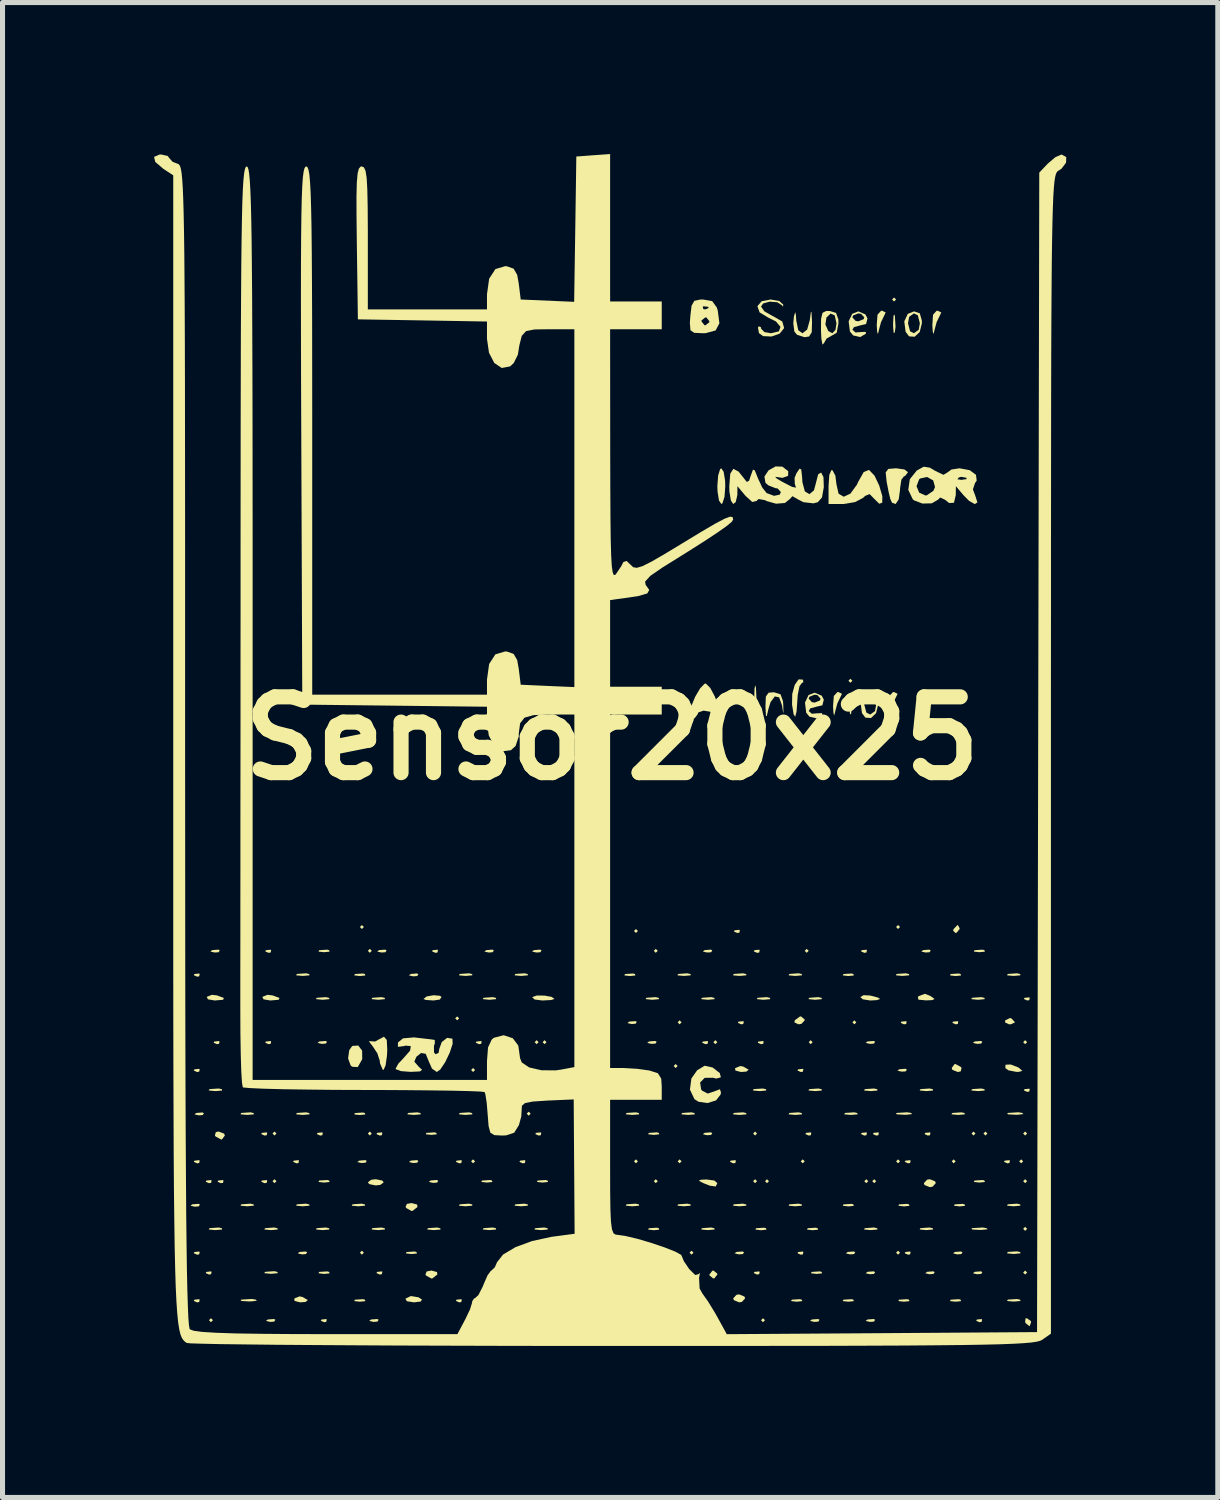
<source format=kicad_pcb>
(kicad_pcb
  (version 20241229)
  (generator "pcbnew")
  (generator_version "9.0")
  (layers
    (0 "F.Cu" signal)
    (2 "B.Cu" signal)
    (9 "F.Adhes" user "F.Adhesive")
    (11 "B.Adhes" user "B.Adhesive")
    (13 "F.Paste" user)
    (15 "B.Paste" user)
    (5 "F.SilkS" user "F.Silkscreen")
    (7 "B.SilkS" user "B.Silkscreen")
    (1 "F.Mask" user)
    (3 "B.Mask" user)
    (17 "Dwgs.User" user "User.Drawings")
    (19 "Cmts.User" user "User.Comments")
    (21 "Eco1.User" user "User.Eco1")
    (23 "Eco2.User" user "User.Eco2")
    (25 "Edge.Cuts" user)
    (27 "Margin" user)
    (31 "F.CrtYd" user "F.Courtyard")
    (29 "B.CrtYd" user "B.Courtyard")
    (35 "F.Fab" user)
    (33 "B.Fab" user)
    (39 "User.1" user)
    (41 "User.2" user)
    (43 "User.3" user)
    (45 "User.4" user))
  (footprint "Sensor20x25"
    (layer "F.Cu")
    (at 9.069 11.569)
    (property "Reference" "Sensor20x25" (at 0 0 0) (layer "F.SilkS") (effects (font (size 1.5 1.5) (thickness 0.3))))
    (attr board_only exclude_from_pos_files exclude_from_bom)
    (fp_poly (pts (xy -7.903 11.52) (xy -7.942 11.56) (xy -7.982 11.52) (xy -7.942 11.481)) (stroke (width 0) (type solid)) (fill yes) (layer "F.SilkS"))
    (fp_poly (pts (xy -6.645 7.824) (xy -6.684 7.864) (xy -6.724 7.824) (xy -6.684 7.785)) (stroke (width 0) (type solid)) (fill yes) (layer "F.SilkS"))
    (fp_poly (pts (xy -6.645 8.768) (xy -6.684 8.807) (xy -6.724 8.768) (xy -6.684 8.729)) (stroke (width 0) (type solid)) (fill yes) (layer "F.SilkS"))
    (fp_poly (pts (xy -4.915 3.735) (xy -4.954 3.775) (xy -4.993 3.735) (xy -4.954 3.696)) (stroke (width 0) (type solid)) (fill yes) (layer "F.SilkS"))
    (fp_poly (pts (xy -4.915 10.184) (xy -4.954 10.223) (xy -4.993 10.184) (xy -4.954 10.144)) (stroke (width 0) (type solid)) (fill yes) (layer "F.SilkS"))
    (fp_poly (pts (xy -4.758 4.207) (xy -4.797 4.246) (xy -4.836 4.207) (xy -4.797 4.168)) (stroke (width 0) (type solid)) (fill yes) (layer "F.SilkS"))
    (fp_poly (pts (xy -4.758 7.824) (xy -4.797 7.864) (xy -4.836 7.824) (xy -4.797 7.785)) (stroke (width 0) (type solid)) (fill yes) (layer "F.SilkS"))
    (fp_poly (pts (xy -3.028 5.544) (xy -3.067 5.583) (xy -3.106 5.544) (xy -3.067 5.505)) (stroke (width 0) (type solid)) (fill yes) (layer "F.SilkS"))
    (fp_poly (pts (xy -2.713 6.566) (xy -2.752 6.606) (xy -2.792 6.566) (xy -2.752 6.527)) (stroke (width 0) (type solid)) (fill yes) (layer "F.SilkS"))
    (fp_poly (pts (xy -2.713 8.375) (xy -2.752 8.414) (xy -2.792 8.375) (xy -2.752 8.336)) (stroke (width 0) (type solid)) (fill yes) (layer "F.SilkS"))
    (fp_poly (pts (xy -1.612 7.431) (xy -1.651 7.471) (xy -1.691 7.431) (xy -1.651 7.392)) (stroke (width 0) (type solid)) (fill yes) (layer "F.SilkS"))
    (fp_poly (pts (xy -1.455 6.016) (xy -1.494 6.055) (xy -1.533 6.016) (xy -1.494 5.976)) (stroke (width 0) (type solid)) (fill yes) (layer "F.SilkS"))
    (fp_poly (pts (xy -1.298 6.016) (xy -1.337 6.055) (xy -1.376 6.016) (xy -1.337 5.976)) (stroke (width 0) (type solid)) (fill yes) (layer "F.SilkS"))
    (fp_poly (pts (xy 0.511 3.814) (xy 0.472 3.853) (xy 0.433 3.814) (xy 0.472 3.775)) (stroke (width 0) (type solid)) (fill yes) (layer "F.SilkS"))
    (fp_poly (pts (xy 0.511 8.375) (xy 0.472 8.414) (xy 0.433 8.375) (xy 0.472 8.336)) (stroke (width 0) (type solid)) (fill yes) (layer "F.SilkS"))
    (fp_poly (pts (xy 0.904 4.207) (xy 0.865 4.246) (xy 0.826 4.207) (xy 0.865 4.168)) (stroke (width 0) (type solid)) (fill yes) (layer "F.SilkS"))
    (fp_poly (pts (xy 0.904 8.768) (xy 0.865 8.807) (xy 0.826 8.768) (xy 0.865 8.729)) (stroke (width 0) (type solid)) (fill yes) (layer "F.SilkS"))
    (fp_poly (pts (xy 1.298 6.488) (xy 1.258 6.527) (xy 1.219 6.488) (xy 1.258 6.448)) (stroke (width 0) (type solid)) (fill yes) (layer "F.SilkS"))
    (fp_poly (pts (xy 1.376 5.623) (xy 1.337 5.662) (xy 1.298 5.623) (xy 1.337 5.583)) (stroke (width 0) (type solid)) (fill yes) (layer "F.SilkS"))
    (fp_poly (pts (xy 1.376 8.375) (xy 1.337 8.414) (xy 1.298 8.375) (xy 1.337 8.336)) (stroke (width 0) (type solid)) (fill yes) (layer "F.SilkS"))
    (fp_poly (pts (xy 1.612 10.184) (xy 1.573 10.223) (xy 1.533 10.184) (xy 1.573 10.144)) (stroke (width 0) (type solid)) (fill yes) (layer "F.SilkS"))
    (fp_poly (pts (xy 2.084 6.016) (xy 2.045 6.055) (xy 2.005 6.016) (xy 2.045 5.976)) (stroke (width 0) (type solid)) (fill yes) (layer "F.SilkS"))
    (fp_poly (pts (xy 2.87 7.824) (xy 2.831 7.864) (xy 2.792 7.824) (xy 2.831 7.785)) (stroke (width 0) (type solid)) (fill yes) (layer "F.SilkS"))
    (fp_poly (pts (xy 2.87 8.768) (xy 2.831 8.807) (xy 2.792 8.768) (xy 2.831 8.729)) (stroke (width 0) (type solid)) (fill yes) (layer "F.SilkS"))
    (fp_poly (pts (xy 3.028 11.52) (xy 2.988 11.56) (xy 2.949 11.52) (xy 2.988 11.481)) (stroke (width 0) (type solid)) (fill yes) (layer "F.SilkS"))
    (fp_poly (pts (xy 3.106 8.768) (xy 3.067 8.807) (xy 3.028 8.768) (xy 3.067 8.729)) (stroke (width 0) (type solid)) (fill yes) (layer "F.SilkS"))
    (fp_poly (pts (xy 3.814 8.375) (xy 3.775 8.414) (xy 3.735 8.375) (xy 3.775 8.336)) (stroke (width 0) (type solid)) (fill yes) (layer "F.SilkS"))
    (fp_poly (pts (xy 3.893 4.207) (xy 3.853 4.246) (xy 3.814 4.207) (xy 3.853 4.168)) (stroke (width 0) (type solid)) (fill yes) (layer "F.SilkS"))
    (fp_poly (pts (xy 3.971 6.016) (xy 3.932 6.055) (xy 3.893 6.016) (xy 3.932 5.976)) (stroke (width 0) (type solid)) (fill yes) (layer "F.SilkS"))
    (fp_poly (pts (xy 4.758 -1.14) (xy 4.718 -1.101) (xy 4.679 -1.14) (xy 4.718 -1.18)) (stroke (width 0) (type solid)) (fill yes) (layer "F.SilkS"))
    (fp_poly (pts (xy 4.836 5.623) (xy 4.797 5.662) (xy 4.758 5.623) (xy 4.797 5.583)) (stroke (width 0) (type solid)) (fill yes) (layer "F.SilkS"))
    (fp_poly (pts (xy 5.072 8.768) (xy 5.033 8.807) (xy 4.993 8.768) (xy 5.033 8.729)) (stroke (width 0) (type solid)) (fill yes) (layer "F.SilkS"))
    (fp_poly (pts (xy 5.229 8.768) (xy 5.19 8.807) (xy 5.151 8.768) (xy 5.19 8.729)) (stroke (width 0) (type solid)) (fill yes) (layer "F.SilkS"))
    (fp_poly (pts (xy 5.623 -8.689) (xy 5.583 -8.65) (xy 5.544 -8.689) (xy 5.583 -8.729)) (stroke (width 0) (type solid)) (fill yes) (layer "F.SilkS"))
    (fp_poly (pts (xy 5.701 3.735) (xy 5.662 3.775) (xy 5.623 3.735) (xy 5.662 3.696)) (stroke (width 0) (type solid)) (fill yes) (layer "F.SilkS"))
    (fp_poly (pts (xy 5.701 8.375) (xy 5.662 8.414) (xy 5.623 8.375) (xy 5.662 8.336)) (stroke (width 0) (type solid)) (fill yes) (layer "F.SilkS"))
    (fp_poly (pts (xy 5.701 10.184) (xy 5.662 10.223) (xy 5.623 10.184) (xy 5.662 10.144)) (stroke (width 0) (type solid)) (fill yes) (layer "F.SilkS"))
    (fp_poly (pts (xy 6.802 8.375) (xy 6.763 8.414) (xy 6.724 8.375) (xy 6.763 8.336)) (stroke (width 0) (type solid)) (fill yes) (layer "F.SilkS"))
    (fp_poly (pts (xy 7.195 7.824) (xy 7.156 7.864) (xy 7.117 7.824) (xy 7.156 7.785)) (stroke (width 0) (type solid)) (fill yes) (layer "F.SilkS"))
    (fp_poly (pts (xy 7.431 7.824) (xy 7.392 7.864) (xy 7.353 7.824) (xy 7.392 7.785)) (stroke (width 0) (type solid)) (fill yes) (layer "F.SilkS"))
    (fp_poly (pts (xy 8.139 8.375) (xy 8.1 8.414) (xy 8.06 8.375) (xy 8.1 8.336)) (stroke (width 0) (type solid)) (fill yes) (layer "F.SilkS"))
    (fp_poly (pts (xy 8.218 6.016) (xy 8.178 6.055) (xy 8.139 6.016) (xy 8.178 5.976)) (stroke (width 0) (type solid)) (fill yes) (layer "F.SilkS"))
    (fp_poly (pts (xy 8.218 7.824) (xy 8.178 7.864) (xy 8.139 7.824) (xy 8.178 7.785)) (stroke (width 0) (type solid)) (fill yes) (layer "F.SilkS"))
    (fp_poly (pts (xy 8.218 8.768) (xy 8.178 8.807) (xy 8.139 8.768) (xy 8.178 8.729)) (stroke (width 0) (type solid)) (fill yes) (layer "F.SilkS"))
    (fp_poly (pts (xy 8.218 9.712) (xy 8.178 9.751) (xy 8.139 9.712) (xy 8.178 9.672)) (stroke (width 0) (type solid)) (fill yes) (layer "F.SilkS"))
    (fp_poly (pts (xy 8.218 10.577) (xy 8.178 10.616) (xy 8.139 10.577) (xy 8.178 10.537)) (stroke (width 0) (type solid)) (fill yes) (layer "F.SilkS"))
    (fp_poly (pts (xy -8.165 4.666) (xy -8.176 4.713) (xy -8.218 4.718) (xy -8.282 4.689) (xy -8.27 4.666) (xy -8.177 4.656)) (stroke (width 0) (type solid)) (fill yes) (layer "F.SilkS"))
    (fp_poly (pts (xy -8.165 6.553) (xy -8.176 6.6) (xy -8.218 6.606) (xy -8.282 6.577) (xy -8.27 6.553) (xy -8.177 6.544)) (stroke (width 0) (type solid)) (fill yes) (layer "F.SilkS"))
    (fp_poly (pts (xy -8.165 8.362) (xy -8.176 8.409) (xy -8.218 8.414) (xy -8.282 8.385) (xy -8.27 8.362) (xy -8.177 8.352)) (stroke (width 0) (type solid)) (fill yes) (layer "F.SilkS"))
    (fp_poly (pts (xy -8.165 10.17) (xy -8.176 10.217) (xy -8.218 10.223) (xy -8.282 10.194) (xy -8.27 10.17) (xy -8.177 10.161)) (stroke (width 0) (type solid)) (fill yes) (layer "F.SilkS"))
    (fp_poly (pts (xy -8.165 11.114) (xy -8.176 11.161) (xy -8.218 11.167) (xy -8.282 11.138) (xy -8.27 11.114) (xy -8.177 11.105)) (stroke (width 0) (type solid)) (fill yes) (layer "F.SilkS"))
    (fp_poly (pts (xy -8.16 9.232) (xy -8.184 9.267) (xy -8.264 9.273) (xy -8.347 9.254) (xy -8.311 9.226) (xy -8.188 9.216)) (stroke (width 0) (type solid)) (fill yes) (layer "F.SilkS"))
    (fp_poly (pts (xy -8.082 7.423) (xy -8.105 7.459) (xy -8.185 7.464) (xy -8.269 7.445) (xy -8.232 7.417) (xy -8.109 7.407)) (stroke (width 0) (type solid)) (fill yes) (layer "F.SilkS"))
    (fp_poly (pts (xy -7.929 8.755) (xy -7.94 8.802) (xy -7.982 8.807) (xy -8.046 8.779) (xy -8.034 8.755) (xy -7.941 8.746)) (stroke (width 0) (type solid)) (fill yes) (layer "F.SilkS"))
    (fp_poly (pts (xy -7.929 10.564) (xy -7.94 10.61) (xy -7.982 10.616) (xy -8.046 10.587) (xy -8.034 10.564) (xy -7.941 10.554)) (stroke (width 0) (type solid)) (fill yes) (layer "F.SilkS"))
    (fp_poly (pts (xy -7.772 6.003) (xy -7.783 6.049) (xy -7.824 6.055) (xy -7.889 6.026) (xy -7.877 6.003) (xy -7.784 5.993)) (stroke (width 0) (type solid)) (fill yes) (layer "F.SilkS"))
    (fp_poly (pts (xy -7.767 4.199) (xy -7.791 4.235) (xy -7.87 4.24) (xy -7.954 4.221) (xy -7.918 4.193) (xy -7.795 4.183)) (stroke (width 0) (type solid)) (fill yes) (layer "F.SilkS"))
    (fp_poly (pts (xy -7.693 8.755) (xy -7.704 8.802) (xy -7.746 8.807) (xy -7.811 8.779) (xy -7.798 8.755) (xy -7.705 8.746)) (stroke (width 0) (type solid)) (fill yes) (layer "F.SilkS"))
    (fp_poly (pts (xy -6.828 7.811) (xy -6.839 7.858) (xy -6.881 7.864) (xy -6.946 7.835) (xy -6.933 7.811) (xy -6.84 7.802)) (stroke (width 0) (type solid)) (fill yes) (layer "F.SilkS"))
    (fp_poly (pts (xy -6.828 8.755) (xy -6.839 8.802) (xy -6.881 8.807) (xy -6.946 8.779) (xy -6.933 8.755) (xy -6.84 8.746)) (stroke (width 0) (type solid)) (fill yes) (layer "F.SilkS"))
    (fp_poly (pts (xy -6.75 4.194) (xy -6.761 4.241) (xy -6.802 4.246) (xy -6.867 4.218) (xy -6.855 4.194) (xy -6.761 4.185)) (stroke (width 0) (type solid)) (fill yes) (layer "F.SilkS"))
    (fp_poly (pts (xy -6.75 6.003) (xy -6.761 6.049) (xy -6.802 6.055) (xy -6.867 6.026) (xy -6.855 6.003) (xy -6.761 5.993)) (stroke (width 0) (type solid)) (fill yes) (layer "F.SilkS"))
    (fp_poly (pts (xy -6.666 11.512) (xy -6.69 11.548) (xy -6.769 11.554) (xy -6.853 11.534) (xy -6.817 11.506) (xy -6.694 11.497)) (stroke (width 0) (type solid)) (fill yes) (layer "F.SilkS"))
    (fp_poly (pts (xy -6.199 8.362) (xy -6.21 8.409) (xy -6.252 8.414) (xy -6.316 8.385) (xy -6.304 8.362) (xy -6.211 8.352)) (stroke (width 0) (type solid)) (fill yes) (layer "F.SilkS"))
    (fp_poly (pts (xy -6.037 10.175) (xy -6.061 10.211) (xy -6.14 10.217) (xy -6.224 10.197) (xy -6.188 10.169) (xy -6.065 10.16)) (stroke (width 0) (type solid)) (fill yes) (layer "F.SilkS"))
    (fp_poly (pts (xy -5.727 7.811) (xy -5.738 7.858) (xy -5.78 7.864) (xy -5.845 7.835) (xy -5.832 7.811) (xy -5.739 7.802)) (stroke (width 0) (type solid)) (fill yes) (layer "F.SilkS"))
    (fp_poly (pts (xy -5.649 11.507) (xy -5.66 11.554) (xy -5.701 11.56) (xy -5.766 11.531) (xy -5.754 11.507) (xy -5.66 11.498)) (stroke (width 0) (type solid)) (fill yes) (layer "F.SilkS"))
    (fp_poly (pts (xy -5.644 6.008) (xy -5.667 6.043) (xy -5.747 6.049) (xy -5.831 6.03) (xy -5.795 6.001) (xy -5.672 5.992)) (stroke (width 0) (type solid)) (fill yes) (layer "F.SilkS"))
    (fp_poly (pts (xy -5.603 4.194) (xy -5.593 4.223) (xy -5.701 4.234) (xy -5.813 4.222) (xy -5.8 4.194) (xy -5.639 4.184)) (stroke (width 0) (type solid)) (fill yes) (layer "F.SilkS"))
    (fp_poly (pts (xy -5.603 8.755) (xy -5.593 8.784) (xy -5.701 8.795) (xy -5.813 8.783) (xy -5.8 8.755) (xy -5.639 8.745)) (stroke (width 0) (type solid)) (fill yes) (layer "F.SilkS"))
    (fp_poly (pts (xy -5.603 10.564) (xy -5.593 10.593) (xy -5.701 10.604) (xy -5.813 10.591) (xy -5.8 10.564) (xy -5.639 10.554)) (stroke (width 0) (type solid)) (fill yes) (layer "F.SilkS"))
    (fp_poly (pts (xy -4.895 4.666) (xy -4.885 4.695) (xy -4.993 4.706) (xy -5.105 4.693) (xy -5.092 4.666) (xy -4.931 4.656)) (stroke (width 0) (type solid)) (fill yes) (layer "F.SilkS"))
    (fp_poly (pts (xy -4.895 7.419) (xy -4.885 7.447) (xy -4.993 7.458) (xy -5.105 7.446) (xy -5.092 7.419) (xy -4.931 7.408)) (stroke (width 0) (type solid)) (fill yes) (layer "F.SilkS"))
    (fp_poly (pts (xy -4.895 11.114) (xy -4.885 11.143) (xy -4.993 11.154) (xy -5.105 11.142) (xy -5.092 11.114) (xy -4.931 11.104)) (stroke (width 0) (type solid)) (fill yes) (layer "F.SilkS"))
    (fp_poly (pts (xy -4.858 8.367) (xy -4.881 8.402) (xy -4.961 8.408) (xy -5.045 8.389) (xy -5.008 8.361) (xy -4.885 8.351)) (stroke (width 0) (type solid)) (fill yes) (layer "F.SilkS"))
    (fp_poly (pts (xy -4.622 11.512) (xy -4.645 11.548) (xy -4.725 11.554) (xy -4.809 11.534) (xy -4.772 11.506) (xy -4.649 11.497)) (stroke (width 0) (type solid)) (fill yes) (layer "F.SilkS"))
    (fp_poly (pts (xy -4.548 7.811) (xy -4.559 7.858) (xy -4.6 7.864) (xy -4.665 7.835) (xy -4.653 7.811) (xy -4.559 7.802)) (stroke (width 0) (type solid)) (fill yes) (layer "F.SilkS"))
    (fp_poly (pts (xy -4.548 10.564) (xy -4.559 10.61) (xy -4.6 10.616) (xy -4.665 10.587) (xy -4.653 10.564) (xy -4.559 10.554)) (stroke (width 0) (type solid)) (fill yes) (layer "F.SilkS"))
    (fp_poly (pts (xy -4.464 4.199) (xy -4.488 4.235) (xy -4.568 4.24) (xy -4.651 4.221) (xy -4.615 4.193) (xy -4.492 4.183)) (stroke (width 0) (type solid)) (fill yes) (layer "F.SilkS"))
    (fp_poly (pts (xy -3.873 10.171) (xy -3.863 10.2) (xy -3.971 10.21) (xy -4.083 10.198) (xy -4.07 10.171) (xy -3.909 10.16)) (stroke (width 0) (type solid)) (fill yes) (layer "F.SilkS"))
    (fp_poly (pts (xy -3.835 4.671) (xy -3.859 4.706) (xy -3.938 4.712) (xy -4.022 4.693) (xy -3.986 4.665) (xy -3.863 4.655)) (stroke (width 0) (type solid)) (fill yes) (layer "F.SilkS"))
    (fp_poly (pts (xy -3.835 8.367) (xy -3.859 8.402) (xy -3.938 8.408) (xy -4.022 8.389) (xy -3.986 8.361) (xy -3.863 8.351)) (stroke (width 0) (type solid)) (fill yes) (layer "F.SilkS"))
    (fp_poly (pts (xy -3.48 7.812) (xy -3.47 7.84) (xy -3.578 7.851) (xy -3.69 7.839) (xy -3.676 7.812) (xy -3.515 7.801)) (stroke (width 0) (type solid)) (fill yes) (layer "F.SilkS"))
    (fp_poly (pts (xy -3.447 4.194) (xy -3.458 4.241) (xy -3.499 4.246) (xy -3.564 4.218) (xy -3.552 4.194) (xy -3.458 4.185)) (stroke (width 0) (type solid)) (fill yes) (layer "F.SilkS"))
    (fp_poly (pts (xy -3.442 8.76) (xy -3.465 8.796) (xy -3.545 8.801) (xy -3.629 8.782) (xy -3.593 8.754) (xy -3.47 8.744)) (stroke (width 0) (type solid)) (fill yes) (layer "F.SilkS"))
    (fp_poly (pts (xy -2.975 8.362) (xy -2.986 8.409) (xy -3.028 8.414) (xy -3.092 8.385) (xy -3.08 8.362) (xy -2.987 8.352)) (stroke (width 0) (type solid)) (fill yes) (layer "F.SilkS"))
    (fp_poly (pts (xy -2.975 11.114) (xy -2.986 11.161) (xy -3.028 11.167) (xy -3.092 11.138) (xy -3.08 11.114) (xy -2.987 11.105)) (stroke (width 0) (type solid)) (fill yes) (layer "F.SilkS"))
    (fp_poly (pts (xy -2.582 6.003) (xy -2.593 6.049) (xy -2.634 6.055) (xy -2.699 6.026) (xy -2.687 6.003) (xy -2.593 5.993)) (stroke (width 0) (type solid)) (fill yes) (layer "F.SilkS"))
    (fp_poly (pts (xy -2.379 8.755) (xy -2.369 8.784) (xy -2.477 8.795) (xy -2.589 8.783) (xy -2.575 8.755) (xy -2.414 8.745)) (stroke (width 0) (type solid)) (fill yes) (layer "F.SilkS"))
    (fp_poly (pts (xy -2.341 4.199) (xy -2.365 4.235) (xy -2.444 4.24) (xy -2.528 4.221) (xy -2.492 4.193) (xy -2.369 4.183)) (stroke (width 0) (type solid)) (fill yes) (layer "F.SilkS"))
    (fp_poly (pts (xy -1.717 8.362) (xy -1.728 8.409) (xy -1.769 8.414) (xy -1.834 8.385) (xy -1.822 8.362) (xy -1.728 8.352)) (stroke (width 0) (type solid)) (fill yes) (layer "F.SilkS"))
    (fp_poly (pts (xy -1.402 7.811) (xy -1.413 7.858) (xy -1.455 7.864) (xy -1.52 7.835) (xy -1.507 7.811) (xy -1.414 7.802)) (stroke (width 0) (type solid)) (fill yes) (layer "F.SilkS"))
    (fp_poly (pts (xy -1.397 4.199) (xy -1.421 4.235) (xy -1.501 4.24) (xy -1.585 4.221) (xy -1.548 4.193) (xy -1.425 4.183)) (stroke (width 0) (type solid)) (fill yes) (layer "F.SilkS"))
    (fp_poly (pts (xy -1.278 8.755) (xy -1.268 8.784) (xy -1.376 8.795) (xy -1.488 8.783) (xy -1.474 8.755) (xy -1.313 8.745)) (stroke (width 0) (type solid)) (fill yes) (layer "F.SilkS"))
    (fp_poly (pts (xy 0.452 4.666) (xy 0.462 4.695) (xy 0.354 4.706) (xy 0.242 4.693) (xy 0.256 4.666) (xy 0.417 4.656)) (stroke (width 0) (type solid)) (fill yes) (layer "F.SilkS"))
    (fp_poly (pts (xy 0.49 5.614) (xy 0.466 5.65) (xy 0.387 5.656) (xy 0.303 5.637) (xy 0.339 5.608) (xy 0.462 5.599)) (stroke (width 0) (type solid)) (fill yes) (layer "F.SilkS"))
    (fp_poly (pts (xy 0.883 6.008) (xy 0.86 6.043) (xy 0.78 6.049) (xy 0.696 6.03) (xy 0.732 6.001) (xy 0.855 5.992)) (stroke (width 0) (type solid)) (fill yes) (layer "F.SilkS"))
    (fp_poly (pts (xy 0.924 7.812) (xy 0.934 7.84) (xy 0.826 7.851) (xy 0.714 7.839) (xy 0.727 7.812) (xy 0.888 7.801)) (stroke (width 0) (type solid)) (fill yes) (layer "F.SilkS"))
    (fp_poly (pts (xy 0.924 9.699) (xy 0.934 9.728) (xy 0.826 9.739) (xy 0.714 9.726) (xy 0.727 9.699) (xy 0.888 9.689)) (stroke (width 0) (type solid)) (fill yes) (layer "F.SilkS"))
    (fp_poly (pts (xy 1.9 6.003) (xy 1.89 6.049) (xy 1.848 6.055) (xy 1.783 6.026) (xy 1.796 6.003) (xy 1.889 5.993)) (stroke (width 0) (type solid)) (fill yes) (layer "F.SilkS"))
    (fp_poly (pts (xy 1.984 4.199) (xy 1.961 4.235) (xy 1.881 4.24) (xy 1.797 4.221) (xy 1.833 4.193) (xy 1.956 4.183)) (stroke (width 0) (type solid)) (fill yes) (layer "F.SilkS"))
    (fp_poly (pts (xy 1.984 7.816) (xy 1.961 7.852) (xy 1.881 7.858) (xy 1.797 7.838) (xy 1.833 7.81) (xy 1.956 7.801)) (stroke (width 0) (type solid)) (fill yes) (layer "F.SilkS"))
    (fp_poly (pts (xy 2.451 8.362) (xy 2.44 8.409) (xy 2.398 8.414) (xy 2.334 8.385) (xy 2.346 8.362) (xy 2.439 8.352)) (stroke (width 0) (type solid)) (fill yes) (layer "F.SilkS"))
    (fp_poly (pts (xy 2.53 3.801) (xy 2.519 3.848) (xy 2.477 3.853) (xy 2.412 3.824) (xy 2.425 3.801) (xy 2.518 3.791)) (stroke (width 0) (type solid)) (fill yes) (layer "F.SilkS"))
    (fp_poly (pts (xy 2.608 5.609) (xy 2.597 5.656) (xy 2.556 5.662) (xy 2.491 5.633) (xy 2.503 5.609) (xy 2.597 5.6)) (stroke (width 0) (type solid)) (fill yes) (layer "F.SilkS"))
    (fp_poly (pts (xy 2.613 10.175) (xy 2.59 10.211) (xy 2.51 10.217) (xy 2.426 10.197) (xy 2.462 10.169) (xy 2.585 10.16)) (stroke (width 0) (type solid)) (fill yes) (layer "F.SilkS"))
    (fp_poly (pts (xy 2.923 4.194) (xy 2.912 4.241) (xy 2.87 4.246) (xy 2.806 4.218) (xy 2.818 4.194) (xy 2.911 4.185)) (stroke (width 0) (type solid)) (fill yes) (layer "F.SilkS"))
    (fp_poly (pts (xy 2.923 10.564) (xy 2.912 10.61) (xy 2.87 10.616) (xy 2.806 10.587) (xy 2.818 10.564) (xy 2.911 10.554)) (stroke (width 0) (type solid)) (fill yes) (layer "F.SilkS"))
    (fp_poly (pts (xy 3.001 6.003) (xy 2.991 6.049) (xy 2.949 6.055) (xy 2.884 6.026) (xy 2.896 6.003) (xy 2.99 5.993)) (stroke (width 0) (type solid)) (fill yes) (layer "F.SilkS"))
    (fp_poly (pts (xy 3.047 9.699) (xy 3.057 9.728) (xy 2.949 9.739) (xy 2.837 9.726) (xy 2.851 9.699) (xy 3.012 9.689)) (stroke (width 0) (type solid)) (fill yes) (layer "F.SilkS"))
    (fp_poly (pts (xy 3.755 11.114) (xy 3.765 11.143) (xy 3.657 11.154) (xy 3.545 11.142) (xy 3.558 11.114) (xy 3.719 11.104)) (stroke (width 0) (type solid)) (fill yes) (layer "F.SilkS"))
    (fp_poly (pts (xy 3.788 6.553) (xy 3.777 6.6) (xy 3.735 6.606) (xy 3.671 6.577) (xy 3.683 6.553) (xy 3.776 6.544)) (stroke (width 0) (type solid)) (fill yes) (layer "F.SilkS"))
    (fp_poly (pts (xy 3.788 10.17) (xy 3.777 10.217) (xy 3.735 10.223) (xy 3.671 10.194) (xy 3.683 10.17) (xy 3.776 10.161)) (stroke (width 0) (type solid)) (fill yes) (layer "F.SilkS"))
    (fp_poly (pts (xy 3.945 7.811) (xy 3.934 7.858) (xy 3.893 7.864) (xy 3.828 7.835) (xy 3.84 7.811) (xy 3.933 7.802)) (stroke (width 0) (type solid)) (fill yes) (layer "F.SilkS"))
    (fp_poly (pts (xy 4.07 9.699) (xy 4.079 9.728) (xy 3.971 9.739) (xy 3.86 9.726) (xy 3.873 9.699) (xy 4.034 9.689)) (stroke (width 0) (type solid)) (fill yes) (layer "F.SilkS"))
    (fp_poly (pts (xy 4.107 11.512) (xy 4.084 11.548) (xy 4.004 11.554) (xy 3.92 11.534) (xy 3.956 11.506) (xy 4.079 11.497)) (stroke (width 0) (type solid)) (fill yes) (layer "F.SilkS"))
    (fp_poly (pts (xy 4.148 10.564) (xy 4.158 10.593) (xy 4.05 10.604) (xy 3.938 10.591) (xy 3.952 10.564) (xy 4.113 10.554)) (stroke (width 0) (type solid)) (fill yes) (layer "F.SilkS"))
    (fp_poly (pts (xy 4.777 4.666) (xy 4.787 4.695) (xy 4.679 4.706) (xy 4.567 4.693) (xy 4.581 4.666) (xy 4.742 4.656)) (stroke (width 0) (type solid)) (fill yes) (layer "F.SilkS"))
    (fp_poly (pts (xy 4.777 9.227) (xy 4.787 9.256) (xy 4.679 9.267) (xy 4.567 9.254) (xy 4.581 9.227) (xy 4.742 9.217)) (stroke (width 0) (type solid)) (fill yes) (layer "F.SilkS"))
    (fp_poly (pts (xy 4.777 11.114) (xy 4.787 11.143) (xy 4.679 11.154) (xy 4.567 11.142) (xy 4.581 11.114) (xy 4.742 11.104)) (stroke (width 0) (type solid)) (fill yes) (layer "F.SilkS"))
    (fp_poly (pts (xy 4.815 10.175) (xy 4.791 10.211) (xy 4.712 10.217) (xy 4.628 10.197) (xy 4.664 10.169) (xy 4.787 10.16)) (stroke (width 0) (type solid)) (fill yes) (layer "F.SilkS"))
    (fp_poly (pts (xy 5.046 4.194) (xy 5.035 4.241) (xy 4.993 4.246) (xy 4.929 4.218) (xy 4.941 4.194) (xy 5.034 4.185)) (stroke (width 0) (type solid)) (fill yes) (layer "F.SilkS"))
    (fp_poly (pts (xy 5.046 7.811) (xy 5.035 7.858) (xy 4.993 7.864) (xy 4.929 7.835) (xy 4.941 7.811) (xy 5.034 7.802)) (stroke (width 0) (type solid)) (fill yes) (layer "F.SilkS"))
    (fp_poly (pts (xy 5.208 6.008) (xy 5.185 6.043) (xy 5.105 6.049) (xy 5.021 6.03) (xy 5.057 6.001) (xy 5.18 5.992)) (stroke (width 0) (type solid)) (fill yes) (layer "F.SilkS"))
    (fp_poly (pts (xy 5.208 10.569) (xy 5.185 10.604) (xy 5.105 10.61) (xy 5.021 10.591) (xy 5.057 10.562) (xy 5.18 10.553)) (stroke (width 0) (type solid)) (fill yes) (layer "F.SilkS"))
    (fp_poly (pts (xy 5.208 11.512) (xy 5.185 11.548) (xy 5.105 11.554) (xy 5.021 11.534) (xy 5.057 11.506) (xy 5.18 11.497)) (stroke (width 0) (type solid)) (fill yes) (layer "F.SilkS"))
    (fp_poly (pts (xy 5.282 7.811) (xy 5.271 7.858) (xy 5.229 7.864) (xy 5.165 7.835) (xy 5.177 7.811) (xy 5.27 7.802)) (stroke (width 0) (type solid)) (fill yes) (layer "F.SilkS"))
    (fp_poly (pts (xy 5.832 5.609) (xy 5.822 5.656) (xy 5.78 5.662) (xy 5.715 5.633) (xy 5.727 5.609) (xy 5.821 5.6)) (stroke (width 0) (type solid)) (fill yes) (layer "F.SilkS"))
    (fp_poly (pts (xy 5.837 6.558) (xy 5.814 6.594) (xy 5.734 6.599) (xy 5.65 6.58) (xy 5.686 6.552) (xy 5.809 6.542)) (stroke (width 0) (type solid)) (fill yes) (layer "F.SilkS"))
    (fp_poly (pts (xy 5.878 9.227) (xy 5.888 9.256) (xy 5.78 9.267) (xy 5.668 9.254) (xy 5.682 9.227) (xy 5.843 9.217)) (stroke (width 0) (type solid)) (fill yes) (layer "F.SilkS"))
    (fp_poly (pts (xy 5.878 11.114) (xy 5.888 11.143) (xy 5.78 11.154) (xy 5.668 11.142) (xy 5.682 11.114) (xy 5.843 11.104)) (stroke (width 0) (type solid)) (fill yes) (layer "F.SilkS"))
    (fp_poly (pts (xy 5.911 8.362) (xy 5.9 8.409) (xy 5.859 8.414) (xy 5.794 8.385) (xy 5.806 8.362) (xy 5.899 8.352)) (stroke (width 0) (type solid)) (fill yes) (layer "F.SilkS"))
    (fp_poly (pts (xy 5.911 10.17) (xy 5.9 10.217) (xy 5.859 10.223) (xy 5.794 10.194) (xy 5.806 10.17) (xy 5.899 10.161)) (stroke (width 0) (type solid)) (fill yes) (layer "F.SilkS"))
    (fp_poly (pts (xy 6.304 7.811) (xy 6.293 7.858) (xy 6.252 7.864) (xy 6.187 7.835) (xy 6.199 7.811) (xy 6.293 7.802)) (stroke (width 0) (type solid)) (fill yes) (layer "F.SilkS"))
    (fp_poly (pts (xy 6.309 4.199) (xy 6.286 4.235) (xy 6.206 4.24) (xy 6.122 4.221) (xy 6.158 4.193) (xy 6.281 4.183)) (stroke (width 0) (type solid)) (fill yes) (layer "F.SilkS"))
    (fp_poly (pts (xy 6.388 10.569) (xy 6.364 10.604) (xy 6.284 10.61) (xy 6.201 10.591) (xy 6.237 10.562) (xy 6.36 10.553)) (stroke (width 0) (type solid)) (fill yes) (layer "F.SilkS"))
    (fp_poly (pts (xy 6.855 5.609) (xy 6.844 5.656) (xy 6.802 5.662) (xy 6.737 5.633) (xy 6.75 5.609) (xy 6.843 5.6)) (stroke (width 0) (type solid)) (fill yes) (layer "F.SilkS"))
    (fp_poly (pts (xy 6.9 4.666) (xy 6.91 4.695) (xy 6.802 4.706) (xy 6.691 4.693) (xy 6.704 4.666) (xy 6.865 4.656)) (stroke (width 0) (type solid)) (fill yes) (layer "F.SilkS"))
    (fp_poly (pts (xy 6.9 11.114) (xy 6.91 11.143) (xy 6.802 11.154) (xy 6.691 11.142) (xy 6.704 11.114) (xy 6.865 11.104)) (stroke (width 0) (type solid)) (fill yes) (layer "F.SilkS"))
    (fp_poly (pts (xy 6.938 10.175) (xy 6.915 10.211) (xy 6.835 10.217) (xy 6.751 10.197) (xy 6.787 10.169) (xy 6.91 10.16)) (stroke (width 0) (type solid)) (fill yes) (layer "F.SilkS"))
    (fp_poly (pts (xy 6.979 9.227) (xy 6.989 9.256) (xy 6.881 9.267) (xy 6.769 9.254) (xy 6.783 9.227) (xy 6.944 9.217)) (stroke (width 0) (type solid)) (fill yes) (layer "F.SilkS"))
    (fp_poly (pts (xy 7.326 11.507) (xy 7.316 11.554) (xy 7.274 11.56) (xy 7.209 11.531) (xy 7.222 11.507) (xy 7.315 11.498)) (stroke (width 0) (type solid)) (fill yes) (layer "F.SilkS"))
    (fp_poly (pts (xy 7.331 6.008) (xy 7.308 6.043) (xy 7.228 6.049) (xy 7.144 6.03) (xy 7.181 6.001) (xy 7.304 5.992)) (stroke (width 0) (type solid)) (fill yes) (layer "F.SilkS"))
    (fp_poly (pts (xy 7.331 10.569) (xy 7.308 10.604) (xy 7.228 10.61) (xy 7.144 10.591) (xy 7.181 10.562) (xy 7.304 10.553)) (stroke (width 0) (type solid)) (fill yes) (layer "F.SilkS"))
    (fp_poly (pts (xy 7.372 4.194) (xy 7.382 4.223) (xy 7.274 4.234) (xy 7.162 4.222) (xy 7.176 4.194) (xy 7.337 4.184)) (stroke (width 0) (type solid)) (fill yes) (layer "F.SilkS"))
    (fp_poly (pts (xy 7.372 8.755) (xy 7.382 8.784) (xy 7.274 8.795) (xy 7.162 8.783) (xy 7.176 8.755) (xy 7.337 8.745)) (stroke (width 0) (type solid)) (fill yes) (layer "F.SilkS"))
    (fp_poly (pts (xy 7.877 8.362) (xy 7.866 8.409) (xy 7.824 8.414) (xy 7.76 8.385) (xy 7.772 8.362) (xy 7.865 8.352)) (stroke (width 0) (type solid)) (fill yes) (layer "F.SilkS"))
    (fp_poly (pts (xy 8.27 5.138) (xy 8.259 5.184) (xy 8.218 5.19) (xy 8.153 5.161) (xy 8.165 5.138) (xy 8.259 5.128)) (stroke (width 0) (type solid)) (fill yes) (layer "F.SilkS"))
    (fp_poly (pts (xy 8.27 6.946) (xy 8.259 6.993) (xy 8.218 6.999) (xy 8.153 6.97) (xy 8.165 6.946) (xy 8.259 6.937)) (stroke (width 0) (type solid)) (fill yes) (layer "F.SilkS"))
    (fp_poly (pts (xy -6.131 11.06) (xy -6.024 11.122) (xy -6.07 11.159) (xy -6.178 11.167) (xy -6.287 11.138) (xy -6.293 11.091) (xy -6.191 11.049)) (stroke (width 0) (type solid)) (fill yes) (layer "F.SilkS"))
    (fp_poly (pts (xy -3.833 11.067) (xy -3.764 11.112) (xy -3.789 11.151) (xy -3.923 11.167) (xy -4.063 11.145) (xy -4.093 11.095) (xy -3.984 11.042)) (stroke (width 0) (type solid)) (fill yes) (layer "F.SilkS"))
    (fp_poly (pts (xy 2.598 6.499) (xy 2.705 6.561) (xy 2.659 6.598) (xy 2.551 6.606) (xy 2.441 6.577) (xy 2.436 6.53) (xy 2.538 6.488)) (stroke (width 0) (type solid)) (fill yes) (layer "F.SilkS"))
    (fp_poly (pts (xy 7.909 5.547) (xy 7.978 5.623) (xy 7.899 5.66) (xy 7.859 5.662) (xy 7.778 5.623) (xy 7.786 5.582) (xy 7.88 5.537)) (stroke (width 0) (type solid)) (fill yes) (layer "F.SilkS"))
    (fp_poly (pts (xy -7.824 5.089) (xy -7.686 5.14) (xy -7.702 5.176) (xy -7.868 5.19) (xy -7.868 5.19) (xy -8.002 5.167) (xy -8.026 5.119) (xy -7.924 5.078)) (stroke (width 0) (type solid)) (fill yes) (layer "F.SilkS"))
    (fp_poly (pts (xy -7.725 6.947) (xy -7.722 6.973) (xy -7.845 6.984) (xy -7.864 6.983) (xy -7.986 6.972) (xy -7.974 6.948) (xy -7.961 6.944) (xy -7.789 6.933)) (stroke (width 0) (type solid)) (fill yes) (layer "F.SilkS"))
    (fp_poly (pts (xy -7.725 9.7) (xy -7.722 9.725) (xy -7.845 9.736) (xy -7.864 9.736) (xy -7.986 9.724) (xy -7.974 9.7) (xy -7.961 9.697) (xy -7.789 9.685)) (stroke (width 0) (type solid)) (fill yes) (layer "F.SilkS"))
    (fp_poly (pts (xy -7.682 7.826) (xy -7.667 7.864) (xy -7.724 7.94) (xy -7.741 7.942) (xy -7.848 7.885) (xy -7.864 7.864) (xy -7.846 7.796) (xy -7.79 7.785)) (stroke (width 0) (type solid)) (fill yes) (layer "F.SilkS"))
    (fp_poly (pts (xy -7.096 7.419) (xy -7.093 7.445) (xy -7.216 7.455) (xy -7.235 7.455) (xy -7.357 7.444) (xy -7.345 7.42) (xy -7.331 7.416) (xy -7.16 7.405)) (stroke (width 0) (type solid)) (fill yes) (layer "F.SilkS"))
    (fp_poly (pts (xy -7.096 9.228) (xy -7.093 9.253) (xy -7.216 9.264) (xy -7.235 9.264) (xy -7.357 9.253) (xy -7.345 9.229) (xy -7.331 9.225) (xy -7.16 9.213)) (stroke (width 0) (type solid)) (fill yes) (layer "F.SilkS"))
    (fp_poly (pts (xy -7.058 11.112) (xy -7.033 11.135) (xy -7.142 11.148) (xy -7.195 11.148) (xy -7.338 11.14) (xy -7.355 11.12) (xy -7.333 11.112) (xy -7.134 11.1)) (stroke (width 0) (type solid)) (fill yes) (layer "F.SilkS"))
    (fp_poly (pts (xy -6.723 5.089) (xy -6.585 5.14) (xy -6.601 5.176) (xy -6.767 5.19) (xy -6.767 5.19) (xy -6.901 5.167) (xy -6.925 5.119) (xy -6.823 5.078)) (stroke (width 0) (type solid)) (fill yes) (layer "F.SilkS"))
    (fp_poly (pts (xy -6.624 9.7) (xy -6.621 9.725) (xy -6.744 9.736) (xy -6.763 9.736) (xy -6.885 9.724) (xy -6.873 9.7) (xy -6.86 9.697) (xy -6.688 9.685)) (stroke (width 0) (type solid)) (fill yes) (layer "F.SilkS"))
    (fp_poly (pts (xy -6.624 10.565) (xy -6.621 10.59) (xy -6.744 10.601) (xy -6.763 10.601) (xy -6.885 10.589) (xy -6.873 10.565) (xy -6.86 10.562) (xy -6.688 10.55)) (stroke (width 0) (type solid)) (fill yes) (layer "F.SilkS"))
    (fp_poly (pts (xy -5.995 4.667) (xy -5.992 4.692) (xy -6.115 4.703) (xy -6.134 4.703) (xy -6.256 4.692) (xy -6.244 4.668) (xy -6.231 4.664) (xy -6.059 4.652)) (stroke (width 0) (type solid)) (fill yes) (layer "F.SilkS"))
    (fp_poly (pts (xy -5.995 7.419) (xy -5.992 7.445) (xy -6.115 7.455) (xy -6.134 7.455) (xy -6.256 7.444) (xy -6.244 7.42) (xy -6.231 7.416) (xy -6.059 7.405)) (stroke (width 0) (type solid)) (fill yes) (layer "F.SilkS"))
    (fp_poly (pts (xy -5.995 9.228) (xy -5.992 9.253) (xy -6.115 9.264) (xy -6.134 9.264) (xy -6.256 9.253) (xy -6.244 9.229) (xy -6.231 9.225) (xy -6.059 9.213)) (stroke (width 0) (type solid)) (fill yes) (layer "F.SilkS"))
    (fp_poly (pts (xy -5.601 5.139) (xy -5.599 5.164) (xy -5.722 5.175) (xy -5.741 5.175) (xy -5.863 5.163) (xy -5.851 5.139) (xy -5.837 5.136) (xy -5.666 5.124)) (stroke (width 0) (type solid)) (fill yes) (layer "F.SilkS"))
    (fp_poly (pts (xy -5.601 9.7) (xy -5.599 9.725) (xy -5.722 9.736) (xy -5.741 9.736) (xy -5.863 9.724) (xy -5.851 9.7) (xy -5.837 9.697) (xy -5.666 9.685)) (stroke (width 0) (type solid)) (fill yes) (layer "F.SilkS"))
    (fp_poly (pts (xy -4.894 9.228) (xy -4.891 9.253) (xy -5.014 9.264) (xy -5.033 9.264) (xy -5.155 9.253) (xy -5.143 9.229) (xy -5.13 9.225) (xy -4.958 9.213)) (stroke (width 0) (type solid)) (fill yes) (layer "F.SilkS"))
    (fp_poly (pts (xy -4.551 8.755) (xy -4.522 8.791) (xy -4.588 8.841) (xy -4.679 8.852) (xy -4.807 8.826) (xy -4.836 8.791) (xy -4.77 8.74) (xy -4.679 8.729)) (stroke (width 0) (type solid)) (fill yes) (layer "F.SilkS"))
    (fp_poly (pts (xy -4.501 5.139) (xy -4.498 5.164) (xy -4.621 5.175) (xy -4.64 5.175) (xy -4.762 5.163) (xy -4.75 5.139) (xy -4.736 5.136) (xy -4.565 5.124)) (stroke (width 0) (type solid)) (fill yes) (layer "F.SilkS"))
    (fp_poly (pts (xy -4.501 9.7) (xy -4.498 9.725) (xy -4.621 9.736) (xy -4.64 9.736) (xy -4.762 9.724) (xy -4.75 9.7) (xy -4.736 9.697) (xy -4.565 9.685)) (stroke (width 0) (type solid)) (fill yes) (layer "F.SilkS"))
    (fp_poly (pts (xy -3.86 9.23) (xy -3.853 9.279) (xy -3.95 9.355) (xy -3.971 9.358) (xy -4.073 9.301) (xy -4.089 9.279) (xy -4.064 9.218) (xy -3.971 9.201)) (stroke (width 0) (type solid)) (fill yes) (layer "F.SilkS"))
    (fp_poly (pts (xy -3.793 7.419) (xy -3.79 7.445) (xy -3.913 7.455) (xy -3.932 7.455) (xy -4.054 7.444) (xy -4.042 7.42) (xy -4.029 7.416) (xy -3.857 7.405)) (stroke (width 0) (type solid)) (fill yes) (layer "F.SilkS"))
    (fp_poly (pts (xy -3.466 10.567) (xy -3.46 10.616) (xy -3.557 10.692) (xy -3.578 10.695) (xy -3.68 10.638) (xy -3.696 10.616) (xy -3.671 10.555) (xy -3.578 10.537)) (stroke (width 0) (type solid)) (fill yes) (layer "F.SilkS"))
    (fp_poly (pts (xy -3.409 5.097) (xy -3.377 5.119) (xy -3.409 5.171) (xy -3.534 5.19) (xy -3.684 5.18) (xy -3.735 5.16) (xy -3.671 5.11) (xy -3.534 5.086)) (stroke (width 0) (type solid)) (fill yes) (layer "F.SilkS"))
    (fp_poly (pts (xy -3.4 9.7) (xy -3.397 9.725) (xy -3.52 9.736) (xy -3.539 9.736) (xy -3.661 9.724) (xy -3.649 9.7) (xy -3.636 9.697) (xy -3.464 9.685)) (stroke (width 0) (type solid)) (fill yes) (layer "F.SilkS"))
    (fp_poly (pts (xy -2.77 4.667) (xy -2.768 4.692) (xy -2.891 4.703) (xy -2.91 4.703) (xy -3.032 4.692) (xy -3.02 4.668) (xy -3.006 4.664) (xy -2.835 4.652)) (stroke (width 0) (type solid)) (fill yes) (layer "F.SilkS"))
    (fp_poly (pts (xy -2.77 7.419) (xy -2.768 7.445) (xy -2.891 7.455) (xy -2.91 7.455) (xy -3.032 7.444) (xy -3.02 7.42) (xy -3.006 7.416) (xy -2.835 7.405)) (stroke (width 0) (type solid)) (fill yes) (layer "F.SilkS"))
    (fp_poly (pts (xy -2.77 9.228) (xy -2.768 9.253) (xy -2.891 9.264) (xy -2.91 9.264) (xy -3.032 9.253) (xy -3.02 9.229) (xy -3.006 9.225) (xy -2.835 9.213)) (stroke (width 0) (type solid)) (fill yes) (layer "F.SilkS"))
    (fp_poly (pts (xy -2.299 5.139) (xy -2.296 5.164) (xy -2.419 5.175) (xy -2.438 5.175) (xy -2.56 5.163) (xy -2.548 5.139) (xy -2.535 5.136) (xy -2.363 5.124)) (stroke (width 0) (type solid)) (fill yes) (layer "F.SilkS"))
    (fp_poly (pts (xy -2.299 9.7) (xy -2.296 9.725) (xy -2.419 9.736) (xy -2.438 9.736) (xy -2.56 9.724) (xy -2.548 9.7) (xy -2.535 9.697) (xy -2.363 9.685)) (stroke (width 0) (type solid)) (fill yes) (layer "F.SilkS"))
    (fp_poly (pts (xy -1.67 4.667) (xy -1.667 4.692) (xy -1.79 4.703) (xy -1.809 4.703) (xy -1.931 4.692) (xy -1.919 4.668) (xy -1.905 4.664) (xy -1.734 4.652)) (stroke (width 0) (type solid)) (fill yes) (layer "F.SilkS"))
    (fp_poly (pts (xy -1.67 9.228) (xy -1.667 9.253) (xy -1.79 9.264) (xy -1.809 9.264) (xy -1.931 9.253) (xy -1.919 9.229) (xy -1.905 9.225) (xy -1.734 9.213)) (stroke (width 0) (type solid)) (fill yes) (layer "F.SilkS"))
    (fp_poly (pts (xy -1.276 9.7) (xy -1.274 9.725) (xy -1.397 9.736) (xy -1.415 9.736) (xy -1.537 9.724) (xy -1.526 9.7) (xy -1.512 9.697) (xy -1.341 9.685)) (stroke (width 0) (type solid)) (fill yes) (layer "F.SilkS"))
    (fp_poly (pts (xy 0.532 7.419) (xy 0.535 7.445) (xy 0.412 7.455) (xy 0.393 7.455) (xy 0.271 7.444) (xy 0.283 7.42) (xy 0.296 7.416) (xy 0.468 7.405)) (stroke (width 0) (type solid)) (fill yes) (layer "F.SilkS"))
    (fp_poly (pts (xy 0.532 9.228) (xy 0.535 9.253) (xy 0.412 9.264) (xy 0.393 9.264) (xy 0.271 9.253) (xy 0.283 9.229) (xy 0.296 9.225) (xy 0.468 9.213)) (stroke (width 0) (type solid)) (fill yes) (layer "F.SilkS"))
    (fp_poly (pts (xy 0.925 5.139) (xy 0.928 5.164) (xy 0.805 5.175) (xy 0.786 5.175) (xy 0.664 5.163) (xy 0.676 5.139) (xy 0.69 5.136) (xy 0.861 5.124)) (stroke (width 0) (type solid)) (fill yes) (layer "F.SilkS"))
    (fp_poly (pts (xy 1.555 4.667) (xy 1.557 4.692) (xy 1.434 4.703) (xy 1.415 4.703) (xy 1.294 4.692) (xy 1.305 4.668) (xy 1.319 4.664) (xy 1.49 4.652)) (stroke (width 0) (type solid)) (fill yes) (layer "F.SilkS"))
    (fp_poly (pts (xy 1.555 9.228) (xy 1.557 9.253) (xy 1.434 9.264) (xy 1.415 9.264) (xy 1.294 9.253) (xy 1.305 9.229) (xy 1.319 9.225) (xy 1.49 9.213)) (stroke (width 0) (type solid)) (fill yes) (layer "F.SilkS"))
    (fp_poly (pts (xy 1.633 7.419) (xy 1.636 7.445) (xy 1.513 7.455) (xy 1.494 7.455) (xy 1.372 7.444) (xy 1.384 7.42) (xy 1.397 7.416) (xy 1.569 7.405)) (stroke (width 0) (type solid)) (fill yes) (layer "F.SilkS"))
    (fp_poly (pts (xy 2.024 8.755) (xy 2.084 8.807) (xy 2.052 8.873) (xy 1.936 8.857) (xy 1.809 8.807) (xy 1.715 8.759) (xy 1.759 8.739) (xy 1.868 8.734)) (stroke (width 0) (type solid)) (fill yes) (layer "F.SilkS"))
    (fp_poly (pts (xy 2.026 5.139) (xy 2.029 5.164) (xy 1.906 5.175) (xy 1.887 5.175) (xy 1.765 5.163) (xy 1.777 5.139) (xy 1.791 5.136) (xy 1.962 5.124)) (stroke (width 0) (type solid)) (fill yes) (layer "F.SilkS"))
    (fp_poly (pts (xy 2.026 9.7) (xy 2.029 9.725) (xy 1.906 9.736) (xy 1.887 9.736) (xy 1.765 9.724) (xy 1.777 9.7) (xy 1.791 9.697) (xy 1.962 9.685)) (stroke (width 0) (type solid)) (fill yes) (layer "F.SilkS"))
    (fp_poly (pts (xy 2.082 10.597) (xy 2.084 10.616) (xy 2.024 10.692) (xy 2.005 10.695) (xy 1.929 10.635) (xy 1.927 10.616) (xy 1.986 10.54) (xy 2.005 10.537)) (stroke (width 0) (type solid)) (fill yes) (layer "F.SilkS"))
    (fp_poly (pts (xy 2.621 11.052) (xy 2.634 11.088) (xy 2.571 11.158) (xy 2.516 11.167) (xy 2.412 11.124) (xy 2.398 11.088) (xy 2.462 11.018) (xy 2.516 11.009)) (stroke (width 0) (type solid)) (fill yes) (layer "F.SilkS"))
    (fp_poly (pts (xy 2.656 4.667) (xy 2.658 4.692) (xy 2.535 4.703) (xy 2.516 4.703) (xy 2.394 4.692) (xy 2.406 4.668) (xy 2.42 4.664) (xy 2.591 4.652)) (stroke (width 0) (type solid)) (fill yes) (layer "F.SilkS"))
    (fp_poly (pts (xy 2.656 7.419) (xy 2.658 7.445) (xy 2.535 7.455) (xy 2.516 7.455) (xy 2.394 7.444) (xy 2.406 7.42) (xy 2.42 7.416) (xy 2.591 7.405)) (stroke (width 0) (type solid)) (fill yes) (layer "F.SilkS"))
    (fp_poly (pts (xy 2.656 9.228) (xy 2.658 9.253) (xy 2.535 9.264) (xy 2.516 9.264) (xy 2.394 9.253) (xy 2.406 9.229) (xy 2.42 9.225) (xy 2.591 9.213)) (stroke (width 0) (type solid)) (fill yes) (layer "F.SilkS"))
    (fp_poly (pts (xy 2.848 -1.003) (xy 2.861 -0.749) (xy 2.848 -0.57) (xy 2.831 -0.521) (xy 2.819 -0.611) (xy 2.815 -0.786) (xy 2.82 -0.981) (xy 2.833 -1.053)) (stroke (width 0) (type solid)) (fill yes) (layer "F.SilkS"))
    (fp_poly (pts (xy 3.049 6.947) (xy 3.051 6.973) (xy 2.928 6.984) (xy 2.91 6.983) (xy 2.788 6.972) (xy 2.799 6.948) (xy 2.813 6.944) (xy 2.984 6.933)) (stroke (width 0) (type solid)) (fill yes) (layer "F.SilkS"))
    (fp_poly (pts (xy 3.127 5.139) (xy 3.13 5.164) (xy 3.007 5.175) (xy 2.988 5.175) (xy 2.866 5.163) (xy 2.878 5.139) (xy 2.891 5.136) (xy 3.063 5.124)) (stroke (width 0) (type solid)) (fill yes) (layer "F.SilkS"))
    (fp_poly (pts (xy 3.756 4.667) (xy 3.759 4.692) (xy 3.636 4.703) (xy 3.617 4.703) (xy 3.495 4.692) (xy 3.507 4.668) (xy 3.521 4.664) (xy 3.692 4.652)) (stroke (width 0) (type solid)) (fill yes) (layer "F.SilkS"))
    (fp_poly (pts (xy 3.756 7.419) (xy 3.759 7.445) (xy 3.636 7.455) (xy 3.617 7.455) (xy 3.495 7.444) (xy 3.507 7.42) (xy 3.521 7.416) (xy 3.692 7.405)) (stroke (width 0) (type solid)) (fill yes) (layer "F.SilkS"))
    (fp_poly (pts (xy 3.756 9.228) (xy 3.759 9.253) (xy 3.636 9.264) (xy 3.617 9.264) (xy 3.495 9.253) (xy 3.507 9.229) (xy 3.521 9.225) (xy 3.692 9.213)) (stroke (width 0) (type solid)) (fill yes) (layer "F.SilkS"))
    (fp_poly (pts (xy 3.812 5.565) (xy 3.814 5.583) (xy 3.75 5.652) (xy 3.691 5.662) (xy 3.61 5.624) (xy 3.617 5.583) (xy 3.718 5.508) (xy 3.74 5.505)) (stroke (width 0) (type solid)) (fill yes) (layer "F.SilkS"))
    (fp_poly (pts (xy 4.15 5.139) (xy 4.152 5.164) (xy 4.029 5.175) (xy 4.011 5.175) (xy 3.889 5.163) (xy 3.9 5.139) (xy 3.914 5.136) (xy 4.085 5.124)) (stroke (width 0) (type solid)) (fill yes) (layer "F.SilkS"))
    (fp_poly (pts (xy 4.15 6.947) (xy 4.152 6.973) (xy 4.029 6.984) (xy 4.011 6.983) (xy 3.889 6.972) (xy 3.9 6.948) (xy 3.914 6.944) (xy 4.085 6.933)) (stroke (width 0) (type solid)) (fill yes) (layer "F.SilkS"))
    (fp_poly (pts (xy 4.735 -0.805) (xy 4.747 -0.6) (xy 4.733 -0.491) (xy 4.712 -0.472) (xy 4.7 -0.585) (xy 4.699 -0.668) (xy 4.707 -0.821) (xy 4.724 -0.844)) (stroke (width 0) (type solid)) (fill yes) (layer "F.SilkS"))
    (fp_poly (pts (xy 4.857 7.419) (xy 4.86 7.445) (xy 4.737 7.455) (xy 4.718 7.455) (xy 4.596 7.444) (xy 4.608 7.42) (xy 4.621 7.416) (xy 4.793 7.405)) (stroke (width 0) (type solid)) (fill yes) (layer "F.SilkS"))
    (fp_poly (pts (xy 5.111 5.092) (xy 5.259 5.131) (xy 5.308 5.16) (xy 5.241 5.183) (xy 5.111 5.19) (xy 4.964 5.167) (xy 4.915 5.122) (xy 4.98 5.085)) (stroke (width 0) (type solid)) (fill yes) (layer "F.SilkS"))
    (fp_poly (pts (xy 5.251 6.947) (xy 5.253 6.973) (xy 5.13 6.984) (xy 5.111 6.983) (xy 4.989 6.972) (xy 5.001 6.948) (xy 5.015 6.944) (xy 5.186 6.933)) (stroke (width 0) (type solid)) (fill yes) (layer "F.SilkS"))
    (fp_poly (pts (xy 5.251 9.7) (xy 5.253 9.725) (xy 5.13 9.736) (xy 5.111 9.736) (xy 4.989 9.724) (xy 5.001 9.7) (xy 5.015 9.697) (xy 5.186 9.685)) (stroke (width 0) (type solid)) (fill yes) (layer "F.SilkS"))
    (fp_poly (pts (xy 5.6 -8.354) (xy 5.612 -8.149) (xy 5.598 -8.04) (xy 5.577 -8.021) (xy 5.565 -8.134) (xy 5.564 -8.218) (xy 5.572 -8.37) (xy 5.589 -8.393)) (stroke (width 0) (type solid)) (fill yes) (layer "F.SilkS"))
    (fp_poly (pts (xy 5.88 4.667) (xy 5.882 4.692) (xy 5.759 4.703) (xy 5.741 4.703) (xy 5.619 4.692) (xy 5.63 4.668) (xy 5.644 4.664) (xy 5.815 4.652)) (stroke (width 0) (type solid)) (fill yes) (layer "F.SilkS"))
    (fp_poly (pts (xy 5.917 7.416) (xy 5.942 7.439) (xy 5.833 7.452) (xy 5.78 7.452) (xy 5.637 7.444) (xy 5.62 7.424) (xy 5.642 7.416) (xy 5.842 7.404)) (stroke (width 0) (type solid)) (fill yes) (layer "F.SilkS"))
    (fp_poly (pts (xy 6.303 5.101) (xy 6.385 5.16) (xy 6.338 5.183) (xy 6.216 5.188) (xy 6.065 5.174) (xy 6.054 5.123) (xy 6.071 5.103) (xy 6.195 5.058)) (stroke (width 0) (type solid)) (fill yes) (layer "F.SilkS"))
    (fp_poly (pts (xy 6.351 6.947) (xy 6.354 6.973) (xy 6.231 6.984) (xy 6.212 6.983) (xy 6.09 6.972) (xy 6.102 6.948) (xy 6.116 6.944) (xy 6.287 6.933)) (stroke (width 0) (type solid)) (fill yes) (layer "F.SilkS"))
    (fp_poly (pts (xy 6.351 9.7) (xy 6.354 9.725) (xy 6.231 9.736) (xy 6.212 9.736) (xy 6.09 9.724) (xy 6.102 9.7) (xy 6.116 9.697) (xy 6.287 9.685)) (stroke (width 0) (type solid)) (fill yes) (layer "F.SilkS"))
    (fp_poly (pts (xy 6.396 8.771) (xy 6.409 8.807) (xy 6.345 8.877) (xy 6.291 8.886) (xy 6.186 8.844) (xy 6.173 8.807) (xy 6.237 8.738) (xy 6.291 8.729)) (stroke (width 0) (type solid)) (fill yes) (layer "F.SilkS"))
    (fp_poly (pts (xy 6.88 3.757) (xy 6.881 3.775) (xy 6.82 3.85) (xy 6.798 3.853) (xy 6.751 3.805) (xy 6.763 3.775) (xy 6.834 3.7) (xy 6.846 3.696)) (stroke (width 0) (type solid)) (fill yes) (layer "F.SilkS"))
    (fp_poly (pts (xy 6.904 6.505) (xy 6.92 6.527) (xy 6.902 6.594) (xy 6.846 6.606) (xy 6.739 6.565) (xy 6.724 6.527) (xy 6.78 6.451) (xy 6.798 6.448)) (stroke (width 0) (type solid)) (fill yes) (layer "F.SilkS"))
    (fp_poly (pts (xy 6.981 7.419) (xy 6.983 7.445) (xy 6.86 7.455) (xy 6.841 7.455) (xy 6.72 7.444) (xy 6.731 7.42) (xy 6.745 7.416) (xy 6.916 7.405)) (stroke (width 0) (type solid)) (fill yes) (layer "F.SilkS"))
    (fp_poly (pts (xy 7.374 5.139) (xy 7.376 5.164) (xy 7.253 5.175) (xy 7.235 5.175) (xy 7.113 5.163) (xy 7.124 5.139) (xy 7.138 5.136) (xy 7.309 5.124)) (stroke (width 0) (type solid)) (fill yes) (layer "F.SilkS"))
    (fp_poly (pts (xy 7.374 6.947) (xy 7.376 6.973) (xy 7.253 6.984) (xy 7.235 6.983) (xy 7.113 6.972) (xy 7.124 6.948) (xy 7.138 6.944) (xy 7.309 6.933)) (stroke (width 0) (type solid)) (fill yes) (layer "F.SilkS"))
    (fp_poly (pts (xy 7.412 9.697) (xy 7.436 9.72) (xy 7.327 9.732) (xy 7.274 9.733) (xy 7.131 9.725) (xy 7.114 9.704) (xy 7.136 9.697) (xy 7.336 9.685)) (stroke (width 0) (type solid)) (fill yes) (layer "F.SilkS"))
    (fp_poly (pts (xy 8.082 4.667) (xy 8.084 4.692) (xy 7.961 4.703) (xy 7.942 4.703) (xy 7.82 4.692) (xy 7.832 4.668) (xy 7.846 4.664) (xy 8.017 4.652)) (stroke (width 0) (type solid)) (fill yes) (layer "F.SilkS"))
    (fp_poly (pts (xy 8.082 9.228) (xy 8.084 9.253) (xy 7.961 9.264) (xy 7.942 9.264) (xy 7.82 9.253) (xy 7.832 9.229) (xy 7.846 9.225) (xy 8.017 9.213)) (stroke (width 0) (type solid)) (fill yes) (layer "F.SilkS"))
    (fp_poly (pts (xy 8.082 10.171) (xy 8.084 10.197) (xy 7.961 10.208) (xy 7.942 10.208) (xy 7.82 10.196) (xy 7.832 10.172) (xy 7.846 10.168) (xy 8.017 10.157)) (stroke (width 0) (type solid)) (fill yes) (layer "F.SilkS"))
    (fp_poly (pts (xy 8.082 11.115) (xy 8.084 11.141) (xy 7.961 11.151) (xy 7.942 11.151) (xy 7.82 11.14) (xy 7.832 11.116) (xy 7.846 11.112) (xy 8.017 11.101)) (stroke (width 0) (type solid)) (fill yes) (layer "F.SilkS"))
    (fp_poly (pts (xy 8.119 7.416) (xy 8.144 7.439) (xy 8.035 7.452) (xy 7.982 7.452) (xy 7.839 7.444) (xy 7.822 7.424) (xy 7.844 7.416) (xy 8.044 7.404)) (stroke (width 0) (type solid)) (fill yes) (layer "F.SilkS"))
    (fp_poly (pts (xy 8.293 11.538) (xy 8.296 11.56) (xy 8.269 11.636) (xy 8.262 11.638) (xy 8.194 11.583) (xy 8.178 11.56) (xy 8.185 11.487) (xy 8.213 11.481)) (stroke (width 0) (type solid)) (fill yes) (layer "F.SilkS"))
    (fp_poly (pts (xy 8.035 6.512) (xy 8.06 6.527) (xy 8.123 6.585) (xy 8.046 6.604) (xy 8.006 6.604) (xy 7.847 6.573) (xy 7.785 6.527) (xy 7.791 6.462) (xy 7.891 6.457)) (stroke (width 0) (type solid)) (fill yes) (layer "F.SilkS"))
    (fp_poly (pts (xy -4.949 6.183) (xy -4.947 6.346) (xy -4.952 6.362) (xy -5.036 6.509) (xy -5.145 6.502) (xy -5.177 6.475) (xy -5.227 6.338) (xy -5.204 6.173) (xy -5.144 6.09) (xy -5.026 6.082)) (stroke (width 0) (type solid)) (fill yes) (layer "F.SilkS"))
    (fp_poly (pts (xy -1.338 5.093) (xy -1.196 5.119) (xy -1.14 5.16) (xy -1.209 5.181) (xy -1.374 5.19) (xy -1.381 5.19) (xy -1.534 5.171) (xy -1.581 5.126) (xy -1.579 5.122) (xy -1.491 5.092)) (stroke (width 0) (type solid)) (fill yes) (layer "F.SilkS"))
    (fp_poly (pts (xy 4.552 -0.882) (xy 4.528 -0.832) (xy 4.46 -0.692) (xy 4.422 -0.55) (xy 4.398 -0.454) (xy 4.383 -0.502) (xy 4.375 -0.636) (xy 4.39 -0.839) (xy 4.46 -0.915) (xy 4.481 -0.917)) (stroke (width 0) (type solid)) (fill yes) (layer "F.SilkS"))
    (fp_poly (pts (xy 5.417 -8.432) (xy 5.393 -8.381) (xy 5.325 -8.241) (xy 5.287 -8.1) (xy 5.263 -8.004) (xy 5.248 -8.051) (xy 5.24 -8.185) (xy 5.255 -8.388) (xy 5.325 -8.465) (xy 5.346 -8.467)) (stroke (width 0) (type solid)) (fill yes) (layer "F.SilkS"))
    (fp_poly (pts (xy 5.653 -0.882) (xy 5.629 -0.832) (xy 5.561 -0.692) (xy 5.523 -0.55) (xy 5.499 -0.454) (xy 5.484 -0.502) (xy 5.476 -0.636) (xy 5.49 -0.839) (xy 5.56 -0.915) (xy 5.582 -0.917)) (stroke (width 0) (type solid)) (fill yes) (layer "F.SilkS"))
    (fp_poly (pts (xy 6.518 -8.432) (xy 6.494 -8.381) (xy 6.426 -8.241) (xy 6.388 -8.1) (xy 6.364 -8.004) (xy 6.349 -8.051) (xy 6.341 -8.185) (xy 6.355 -8.388) (xy 6.425 -8.465) (xy 6.447 -8.467)) (stroke (width 0) (type solid)) (fill yes) (layer "F.SilkS"))
    (fp_poly (pts (xy 2.209 -5.277) (xy 2.238 -5.099) (xy 2.241 -4.993) (xy 2.226 -4.782) (xy 2.186 -4.656) (xy 2.163 -4.64) (xy 2.116 -4.71) (xy 2.088 -4.888) (xy 2.084 -4.993) (xy 2.1 -5.205) (xy 2.139 -5.331) (xy 2.163 -5.347)) (stroke (width 0) (type solid)) (fill yes) (layer "F.SilkS"))
    (fp_poly (pts (xy 3.778 -1.163) (xy 3.781 -1.16) (xy 3.785 -1.105) (xy 3.761 -1.101) (xy 3.71 -1.031) (xy 3.675 -0.855) (xy 3.67 -0.773) (xy 3.652 -0.527) (xy 3.625 -0.427) (xy 3.594 -0.478) (xy 3.563 -0.67) (xy 3.567 -0.88) (xy 3.617 -1.06) (xy 3.693 -1.168)) (stroke (width 0) (type solid)) (fill yes) (layer "F.SilkS"))
    (fp_poly (pts (xy -4.461 5.972) (xy -4.451 6.17) (xy -4.458 6.29) (xy -4.485 6.477) (xy -4.524 6.564) (xy -4.541 6.561) (xy -4.595 6.435) (xy -4.6 6.382) (xy -4.648 6.236) (xy -4.737 6.101) (xy -4.813 6.002) (xy -4.803 5.995) (xy -4.803 5.995) (xy -4.692 6.003) (xy -4.625 5.965) (xy -4.517 5.907)) (stroke (width 0) (type solid)) (fill yes) (layer "F.SilkS"))
    (fp_poly (pts (xy 3.335 -0.872) (xy 3.384 -0.737) (xy 3.389 -0.668) (xy 3.393 -0.512) (xy 3.386 -0.51) (xy 3.364 -0.654) (xy 3.307 -0.812) (xy 3.222 -0.83) (xy 3.137 -0.716) (xy 3.096 -0.583) (xy 3.063 -0.443) (xy 3.047 -0.44) (xy 3.039 -0.584) (xy 3.037 -0.638) (xy 3.044 -0.827) (xy 3.099 -0.904) (xy 3.204 -0.913)) (stroke (width 0) (type solid)) (fill yes) (layer "F.SilkS"))
    (fp_poly (pts (xy 3.955 -8.314) (xy 3.959 -8.237) (xy 3.953 -8.041) (xy 3.901 -7.957) (xy 3.811 -7.942) (xy 3.661 -7.991) (xy 3.609 -8.055) (xy 3.588 -8.219) (xy 3.6 -8.35) (xy 3.625 -8.439) (xy 3.64 -8.383) (xy 3.646 -8.277) (xy 3.686 -8.081) (xy 3.77 -8.021) (xy 3.862 -8.093) (xy 3.914 -8.277) (xy 3.935 -8.434) (xy 3.947 -8.449)) (stroke (width 0) (type solid)) (fill yes) (layer "F.SilkS"))
    (fp_poly (pts (xy 5.789 -5.324) (xy 5.859 -5.269) (xy 5.859 -5.269) (xy 5.799 -5.192) (xy 5.78 -5.19) (xy 5.728 -5.121) (xy 5.702 -4.951) (xy 5.701 -4.915) (xy 5.675 -4.731) (xy 5.613 -4.639) (xy 5.543 -4.665) (xy 5.509 -4.738) (xy 5.475 -4.881) (xy 5.435 -5.088) (xy 5.435 -5.092) (xy 5.417 -5.266) (xy 5.47 -5.335) (xy 5.625 -5.347)) (stroke (width 0) (type solid)) (fill yes) (layer "F.SilkS"))
    (fp_poly (pts (xy 1.944 -0.998) (xy 2.035 -0.827) (xy 2.107 -0.631) (xy 2.138 -0.47) (xy 2.122 -0.409) (xy 2.048 -0.415) (xy 2.027 -0.452) (xy 1.943 -0.527) (xy 1.811 -0.549) (xy 1.708 -0.513) (xy 1.691 -0.472) (xy 1.631 -0.395) (xy 1.612 -0.393) (xy 1.536 -0.453) (xy 1.533 -0.474) (xy 1.566 -0.633) (xy 1.645 -0.823) (xy 1.743 -0.99) (xy 1.831 -1.081) (xy 1.857 -1.085)) (stroke (width 0) (type solid)) (fill yes) (layer "F.SilkS"))
    (fp_poly (pts (xy 5.227 -0.867) (xy 5.267 -0.727) (xy 5.269 -0.669) (xy 5.226 -0.497) (xy 5.126 -0.402) (xy 5.015 -0.41) (xy 4.947 -0.501) (xy 4.925 -0.668) (xy 4.993 -0.668) (xy 5.035 -0.51) (xy 5.111 -0.472) (xy 5.206 -0.54) (xy 5.229 -0.668) (xy 5.188 -0.827) (xy 5.111 -0.865) (xy 5.017 -0.797) (xy 4.993 -0.668) (xy 4.925 -0.668) (xy 4.92 -0.706) (xy 4.99 -0.856) (xy 5.113 -0.904)) (stroke (width 0) (type solid)) (fill yes) (layer "F.SilkS"))
    (fp_poly (pts (xy 6.092 -8.416) (xy 6.132 -8.276) (xy 6.134 -8.219) (xy 6.091 -8.046) (xy 5.991 -7.952) (xy 5.88 -7.959) (xy 5.812 -8.05) (xy 5.79 -8.218) (xy 5.859 -8.218) (xy 5.9 -8.06) (xy 5.976 -8.021) (xy 6.071 -8.089) (xy 6.094 -8.218) (xy 6.053 -8.376) (xy 5.976 -8.414) (xy 5.882 -8.346) (xy 5.859 -8.218) (xy 5.79 -8.218) (xy 5.785 -8.255) (xy 5.855 -8.405) (xy 5.978 -8.454)) (stroke (width 0) (type solid)) (fill yes) (layer "F.SilkS"))
    (fp_poly (pts (xy 1.983 6.515) (xy 1.999 6.523) (xy 2.132 6.627) (xy 2.154 6.711) (xy 2.065 6.736) (xy 1.995 6.72) (xy 1.833 6.722) (xy 1.743 6.814) (xy 1.763 6.949) (xy 1.782 6.975) (xy 1.894 7.033) (xy 2.021 6.991) (xy 2.135 6.947) (xy 2.156 7.011) (xy 2.149 7.051) (xy 2.059 7.168) (xy 1.889 7.221) (xy 1.71 7.195) (xy 1.631 7.144) (xy 1.541 6.955) (xy 1.57 6.735) (xy 1.684 6.572) (xy 1.832 6.482)) (stroke (width 0) (type solid)) (fill yes) (layer "F.SilkS"))
    (fp_poly (pts (xy 4.434 -8.424) (xy 4.48 -8.295) (xy 4.482 -8.218) (xy 4.447 -8.03) (xy 4.364 -7.982) (xy 4.247 -7.916) (xy 4.195 -7.824) (xy 4.165 -7.796) (xy 4.144 -7.91) (xy 4.136 -8.069) (xy 4.137 -8.195) (xy 4.223 -8.195) (xy 4.28 -8.065) (xy 4.362 -8.021) (xy 4.423 -8.088) (xy 4.443 -8.218) (xy 4.408 -8.375) (xy 4.326 -8.41) (xy 4.244 -8.332) (xy 4.223 -8.195) (xy 4.137 -8.195) (xy 4.138 -8.306) (xy 4.166 -8.424) (xy 4.237 -8.462) (xy 4.305 -8.462)) (stroke (width 0) (type solid)) (fill yes) (layer "F.SilkS"))
    (fp_poly (pts (xy 5.196 -5.202) (xy 5.289 -5.006) (xy 5.351 -4.794) (xy 5.349 -4.666) (xy 5.29 -4.645) (xy 5.192 -4.741) (xy 5.1 -4.836) (xy 5.011 -4.801) (xy 4.969 -4.761) (xy 4.81 -4.678) (xy 4.588 -4.64) (xy 4.567 -4.64) (xy 4.286 -4.64) (xy 4.286 -4.998) (xy 4.301 -5.217) (xy 4.342 -5.311) (xy 4.364 -5.308) (xy 4.421 -5.202) (xy 4.443 -5.028) (xy 4.484 -4.845) (xy 4.586 -4.784) (xy 4.717 -4.844) (xy 4.846 -5.02) (xy 4.873 -5.079) (xy 4.982 -5.273) (xy 5.087 -5.315)) (stroke (width 0) (type solid)) (fill yes) (layer "F.SilkS"))
    (fp_poly (pts (xy 4.15 -0.845) (xy 4.192 -0.767) (xy 4.164 -0.654) (xy 4.056 -0.629) (xy 3.925 -0.594) (xy 3.893 -0.541) (xy 3.955 -0.487) (xy 4.05 -0.495) (xy 4.156 -0.5) (xy 4.163 -0.464) (xy 4.047 -0.396) (xy 3.908 -0.429) (xy 3.844 -0.507) (xy 3.819 -0.708) (xy 3.856 -0.786) (xy 3.893 -0.786) (xy 3.956 -0.717) (xy 4.011 -0.708) (xy 4.115 -0.75) (xy 4.128 -0.786) (xy 4.065 -0.856) (xy 4.011 -0.865) (xy 3.906 -0.823) (xy 3.893 -0.786) (xy 3.856 -0.786) (xy 3.89 -0.857) (xy 4.011 -0.904)) (stroke (width 0) (type solid)) (fill yes) (layer "F.SilkS"))
    (fp_poly (pts (xy 5.015 -8.394) (xy 5.057 -8.316) (xy 5.029 -8.203) (xy 4.921 -8.178) (xy 4.79 -8.143) (xy 4.758 -8.091) (xy 4.82 -8.036) (xy 4.915 -8.044) (xy 5.021 -8.049) (xy 5.028 -8.014) (xy 4.912 -7.945) (xy 4.773 -7.978) (xy 4.709 -8.056) (xy 4.684 -8.257) (xy 4.721 -8.336) (xy 4.758 -8.336) (xy 4.821 -8.266) (xy 4.876 -8.257) (xy 4.98 -8.299) (xy 4.993 -8.336) (xy 4.93 -8.405) (xy 4.876 -8.414) (xy 4.771 -8.372) (xy 4.758 -8.336) (xy 4.721 -8.336) (xy 4.755 -8.406) (xy 4.876 -8.454)) (stroke (width 0) (type solid)) (fill yes) (layer "F.SilkS"))
    (fp_poly (pts (xy 3.31 -8.659) (xy 3.389 -8.589) (xy 3.385 -8.544) (xy 3.369 -8.57) (xy 3.272 -8.634) (xy 3.121 -8.647) (xy 2.99 -8.61) (xy 2.949 -8.549) (xy 3.015 -8.455) (xy 3.176 -8.363) (xy 3.191 -8.357) (xy 3.37 -8.253) (xy 3.407 -8.124) (xy 3.319 -8.014) (xy 3.156 -7.956) (xy 2.99 -7.964) (xy 2.909 -8.022) (xy 2.888 -8.133) (xy 2.902 -8.157) (xy 2.945 -8.144) (xy 2.949 -8.113) (xy 3.016 -8.044) (xy 3.146 -8.021) (xy 3.303 -8.058) (xy 3.334 -8.148) (xy 3.244 -8.255) (xy 3.1 -8.326) (xy 2.921 -8.433) (xy 2.877 -8.556) (xy 2.961 -8.655) (xy 3.14 -8.689)) (stroke (width 0) (type solid)) (fill yes) (layer "F.SilkS"))
    (fp_poly (pts (xy 1.982 -8.657) (xy 2.074 -8.53) (xy 2.093 -8.467) (xy 2.125 -8.218) (xy 2.05 -8.076) (xy 1.855 -8.023) (xy 1.796 -8.021) (xy 1.626 -8.029) (xy 1.552 -8.08) (xy 1.54 -8.22) (xy 1.542 -8.257) (xy 1.769 -8.257) (xy 1.829 -8.181) (xy 1.848 -8.178) (xy 1.924 -8.238) (xy 1.927 -8.257) (xy 1.867 -8.333) (xy 1.848 -8.336) (xy 1.772 -8.276) (xy 1.769 -8.257) (xy 1.542 -8.257) (xy 1.549 -8.355) (xy 1.571 -8.545) (xy 1.796 -8.545) (xy 1.806 -8.499) (xy 1.848 -8.493) (xy 1.913 -8.522) (xy 1.9 -8.545) (xy 1.807 -8.555) (xy 1.796 -8.545) (xy 1.571 -8.545) (xy 1.573 -8.565) (xy 1.628 -8.662) (xy 1.746 -8.689) (xy 1.803 -8.689)) (stroke (width 0) (type solid)) (fill yes) (layer "F.SilkS"))
    (fp_poly (pts (xy -3.574 5.961) (xy -3.511 5.972) (xy -3.509 6.036) (xy -3.527 6.092) (xy -3.526 6.218) (xy -3.496 6.254) (xy -3.436 6.229) (xy -3.421 6.147) (xy -3.372 6.012) (xy -3.266 5.93) (xy -3.162 5.946) (xy -3.161 5.947) (xy -3.157 6.047) (xy -3.213 6.22) (xy -3.303 6.409) (xy -3.401 6.556) (xy -3.47 6.606) (xy -3.566 6.539) (xy -3.624 6.409) (xy -3.69 6.246) (xy -3.781 6.23) (xy -3.874 6.304) (xy -3.916 6.401) (xy -3.831 6.498) (xy -3.762 6.564) (xy -3.806 6.595) (xy -3.984 6.603) (xy -3.991 6.603) (xy -4.18 6.589) (xy -4.281 6.551) (xy -4.286 6.539) (xy -4.233 6.442) (xy -4.128 6.33) (xy -3.999 6.183) (xy -3.986 6.093) (xy -4.09 6.084) (xy -4.128 6.094) (xy -4.24 6.108) (xy -4.24 6.027) (xy -4.236 6.018) (xy -4.139 5.94) (xy -3.923 5.921)) (stroke (width 0) (type solid)) (fill yes) (layer "F.SilkS"))
    (fp_poly (pts (xy 6.292 -5.359) (xy 6.401 -5.295) (xy 6.559 -5.218) (xy 6.628 -5.257) (xy 6.72 -5.323) (xy 6.878 -5.347) (xy 7.08 -5.31) (xy 7.205 -5.218) (xy 7.219 -5.102) (xy 7.186 -5.055) (xy 7.144 -4.93) (xy 7.191 -4.805) (xy 7.233 -4.672) (xy 7.183 -4.638) (xy 7.068 -4.702) (xy 6.955 -4.817) (xy 6.807 -4.993) (xy 6.805 -4.817) (xy 6.769 -4.665) (xy 6.674 -4.659) (xy 6.591 -4.725) (xy 6.496 -4.768) (xy 6.453 -4.725) (xy 6.329 -4.653) (xy 6.144 -4.649) (xy 5.977 -4.713) (xy 5.953 -4.734) (xy 5.865 -4.919) (xy 5.875 -4.993) (xy 6.028 -4.993) (xy 6.081 -4.864) (xy 6.205 -4.809) (xy 6.231 -4.812) (xy 6.362 -4.902) (xy 6.394 -4.975) (xy 6.358 -5.107) (xy 6.317 -5.13) (xy 6.836 -5.13) (xy 6.914 -5.118) (xy 7.016 -5.132) (xy 7.017 -5.159) (xy 6.912 -5.178) (xy 6.866 -5.165) (xy 6.836 -5.13) (xy 6.317 -5.13) (xy 6.237 -5.175) (xy 6.099 -5.145) (xy 6.079 -5.127) (xy 6.028 -4.993) (xy 5.875 -4.993) (xy 5.895 -5.131) (xy 6.032 -5.302) (xy 6.171 -5.379)) (stroke (width 0) (type solid)) (fill yes) (layer "F.SilkS"))
    (fp_poly (pts (xy 3.37 -5.38) (xy 3.488 -5.29) (xy 3.485 -5.197) (xy 3.374 -5.158) (xy 3.322 -5.165) (xy 3.228 -5.179) (xy 3.264 -5.142) (xy 3.371 -5.079) (xy 3.562 -4.98) (xy 3.64 -4.963) (xy 3.623 -5.024) (xy 3.618 -5.032) (xy 3.613 -5.157) (xy 3.65 -5.248) (xy 3.712 -5.34) (xy 3.745 -5.324) (xy 3.762 -5.179) (xy 3.768 -5.072) (xy 3.817 -4.89) (xy 3.908 -4.835) (xy 3.997 -4.911) (xy 4.035 -5.052) (xy 4.08 -5.227) (xy 4.139 -5.263) (xy 4.185 -5.174) (xy 4.192 -4.974) (xy 4.156 -4.77) (xy 4.074 -4.676) (xy 3.987 -4.653) (xy 3.788 -4.676) (xy 3.679 -4.732) (xy 3.571 -4.795) (xy 3.519 -4.738) (xy 3.422 -4.66) (xy 3.246 -4.646) (xy 3.06 -4.698) (xy 3.03 -4.715) (xy 2.901 -4.739) (xy 2.858 -4.699) (xy 2.775 -4.68) (xy 2.642 -4.801) (xy 2.482 -4.993) (xy 2.48 -4.817) (xy 2.448 -4.678) (xy 2.398 -4.64) (xy 2.352 -4.71) (xy 2.323 -4.888) (xy 2.32 -4.993) (xy 2.34 -5.241) (xy 2.401 -5.337) (xy 2.504 -5.282) (xy 2.581 -5.187) (xy 2.667 -5.077) (xy 2.712 -5.101) (xy 2.748 -5.207) (xy 2.789 -5.32) (xy 2.825 -5.307) (xy 2.885 -5.157) (xy 2.887 -5.151) (xy 2.973 -4.967) (xy 3.059 -4.857) (xy 3.207 -4.802) (xy 3.319 -4.825) (xy 3.342 -4.876) (xy 3.279 -4.947) (xy 3.234 -4.954) (xy 3.093 -5.01) (xy 3.037 -5.06) (xy 3.016 -5.183) (xy 3.098 -5.306) (xy 3.237 -5.384)) (stroke (width 0) (type solid)) (fill yes) (layer "F.SilkS"))
    (fp_poly (pts (xy -0.039 -10.109) (xy -0.039 -8.65) (xy 0.472 -8.65) (xy 0.983 -8.65) (xy 0.983 -8.375) (xy 0.983 -8.1) (xy 0.472 -8.1) (xy -0.039 -8.1) (xy -0.037 -5.603) (xy -0.035 -4.908) (xy -0.032 -4.355) (xy -0.027 -3.931) (xy -0.018 -3.621) (xy -0.006 -3.411) (xy 0.012 -3.287) (xy 0.034 -3.234) (xy 0.062 -3.237) (xy 0.078 -3.255) (xy 0.181 -3.408) (xy 0.224 -3.491) (xy 0.288 -3.512) (xy 0.365 -3.439) (xy 0.417 -3.389) (xy 0.488 -3.376) (xy 0.601 -3.409) (xy 0.78 -3.499) (xy 1.048 -3.654) (xy 1.375 -3.852) (xy 1.767 -4.09) (xy 2.045 -4.253) (xy 2.228 -4.349) (xy 2.336 -4.389) (xy 2.386 -4.381) (xy 2.398 -4.334) (xy 2.37 -4.288) (xy 2.275 -4.208) (xy 2.1 -4.084) (xy 1.831 -3.906) (xy 1.454 -3.667) (xy 0.998 -3.383) (xy 0.758 -3.218) (xy 0.654 -3.104) (xy 0.664 -3.04) (xy 0.736 -2.939) (xy 0.698 -2.87) (xy 0.531 -2.82) (xy 0.354 -2.792) (xy -0.039 -2.738) (xy -0.039 -1.88) (xy -0.039 -1.022) (xy 0.472 -1.022) (xy 0.983 -1.022) (xy 0.983 -0.747) (xy 0.983 -0.472) (xy 0.472 -0.472) (xy -0.039 -0.472) (xy -0.039 3.028) (xy -0.039 6.527) (xy 0.226 6.527) (xy 0.5 6.543) (xy 0.737 6.576) (xy 0.907 6.63) (xy 0.973 6.738) (xy 0.983 6.891) (xy 0.983 7.156) (xy 0.472 7.156) (xy -0.039 7.156) (xy -0.039 8.493) (xy -0.038 8.982) (xy -0.033 9.335) (xy -0.022 9.575) (xy -0.002 9.722) (xy 0.028 9.799) (xy 0.072 9.827) (xy 0.098 9.829) (xy 0.262 9.852) (xy 0.502 9.909) (xy 0.774 9.989) (xy 1.037 10.078) (xy 1.248 10.161) (xy 1.365 10.225) (xy 1.376 10.242) (xy 1.421 10.351) (xy 1.526 10.507) (xy 1.647 10.626) (xy 1.717 10.607) (xy 1.722 10.598) (xy 1.741 10.583) (xy 1.722 10.681) (xy 1.733 10.892) (xy 1.79 10.995) (xy 1.896 11.143) (xy 2.031 11.363) (xy 2.087 11.462) (xy 2.271 11.797) (xy 5.343 11.777) (xy 8.414 11.756) (xy 8.436 0.278) (xy 8.458 -11.201) (xy 8.627 -11.38) (xy 8.777 -11.507) (xy 8.9 -11.56) (xy 8.992 -11.51) (xy 8.989 -11.399) (xy 8.899 -11.279) (xy 8.847 -11.245) (xy 8.825 -11.232) (xy 8.806 -11.211) (xy 8.788 -11.175) (xy 8.773 -11.116) (xy 8.759 -11.028) (xy 8.747 -10.901) (xy 8.736 -10.729) (xy 8.727 -10.504) (xy 8.719 -10.218) (xy 8.712 -9.864) (xy 8.706 -9.435) (xy 8.702 -8.922) (xy 8.698 -8.318) (xy 8.695 -7.617) (xy 8.693 -6.809) (xy 8.692 -5.887) (xy 8.691 -4.844) (xy 8.69 -3.673) (xy 8.69 -2.366) (xy 8.689 -0.914) (xy 8.689 0.313) (xy 8.689 11.787) (xy 8.515 11.909) (xy 8.474 11.929) (xy 8.406 11.946) (xy 8.301 11.962) (xy 8.151 11.975) (xy 7.946 11.987) (xy 7.679 11.997) (xy 7.34 12.005) (xy 6.92 12.012) (xy 6.412 12.017) (xy 5.805 12.022) (xy 5.091 12.025) (xy 4.261 12.028) (xy 3.307 12.029) (xy 2.22 12.03) (xy 0.991 12.03) (xy 0.002 12.03) (xy -1.131 12.03) (xy -2.22 12.028) (xy -3.255 12.025) (xy -4.225 12.022) (xy -5.121 12.017) (xy -5.931 12.012) (xy -6.646 12.007) (xy -7.254 12) (xy -7.747 11.994) (xy -8.113 11.986) (xy -8.341 11.979) (xy -8.422 11.971) (xy -8.459 11.945) (xy -8.491 11.912) (xy -8.521 11.865) (xy -8.548 11.795) (xy -8.571 11.696) (xy -8.592 11.56) (xy -8.61 11.379) (xy -8.626 11.146) (xy -8.64 10.853) (xy -8.651 10.492) (xy -8.661 10.056) (xy -8.668 9.538) (xy -8.675 8.929) (xy -8.68 8.222) (xy -8.683 7.41) (xy -8.686 6.484) (xy -8.688 5.438) (xy -8.689 4.263) (xy -8.689 2.953) (xy -8.689 1.499) (xy -8.689 0.211) (xy -8.689 -11.148) (xy -8.886 -11.277) (xy -9.044 -11.412) (xy -9.069 -11.512) (xy -8.96 -11.559) (xy -8.925 -11.56) (xy -8.798 -11.531) (xy -8.768 -11.49) (xy -8.703 -11.417) (xy -8.611 -11.38) (xy -8.589 -11.372) (xy -8.57 -11.357) (xy -8.552 -11.326) (xy -8.537 -11.273) (xy -8.523 -11.189) (xy -8.511 -11.066) (xy -8.5 -10.898) (xy -8.491 -10.677) (xy -8.483 -10.396) (xy -8.476 -10.046) (xy -8.47 -9.62) (xy -8.466 -9.111) (xy -8.462 -8.511) (xy -8.459 -7.812) (xy -8.457 -7.008) (xy -8.456 -6.09) (xy -8.455 -5.051) (xy -8.454 -3.883) (xy -8.454 -2.579) (xy -8.454 -1.132) (xy -8.454 0.134) (xy -8.453 1.785) (xy -8.452 3.284) (xy -8.451 4.638) (xy -8.449 5.852) (xy -8.446 6.933) (xy -8.442 7.886) (xy -8.437 8.717) (xy -8.432 9.432) (xy -8.425 10.038) (xy -8.418 10.539) (xy -8.409 10.943) (xy -8.399 11.254) (xy -8.389 11.479) (xy -8.377 11.624) (xy -8.364 11.694) (xy -8.359 11.701) (xy -8.285 11.729) (xy -8.117 11.752) (xy -7.845 11.769) (xy -7.457 11.782) (xy -6.942 11.79) (xy -6.289 11.795) (xy -5.664 11.796) (xy -3.063 11.796) (xy -2.908 11.505) (xy -2.815 11.31) (xy -2.772 11.174) (xy -2.772 11.151) (xy -2.734 11.09) (xy -2.718 11.088) (xy -2.646 11.021) (xy -2.562 10.857) (xy -2.545 10.813) (xy -2.467 10.634) (xy -2.399 10.541) (xy -2.388 10.537) (xy -2.322 10.473) (xy -2.278 10.372) (xy -2.158 10.22) (xy -1.915 10.075) (xy -1.584 9.953) (xy -1.201 9.87) (xy -1.158 9.864) (xy -0.742 9.809) (xy -0.751 8.479) (xy -0.76 7.149) (xy -1.284 7.172) (xy -1.568 7.191) (xy -1.725 7.222) (xy -1.786 7.275) (xy -1.788 7.324) (xy -1.799 7.492) (xy -1.845 7.658) (xy -1.938 7.808) (xy -2.099 7.861) (xy -2.18 7.864) (xy -2.331 7.856) (xy -2.41 7.808) (xy -2.445 7.678) (xy -2.463 7.452) (xy -2.483 7.213) (xy -2.509 7.047) (xy -2.525 7.003) (xy -2.611 6.993) (xy -2.834 6.984) (xy -3.174 6.976) (xy -3.613 6.97) (xy -4.131 6.965) (xy -4.707 6.962) (xy -4.912 6.962) (xy -5.505 6.96) (xy -6.046 6.954) (xy -6.516 6.947) (xy -6.895 6.937) (xy -7.162 6.925) (xy -7.299 6.913) (xy -7.312 6.908) (xy -7.328 6.817) (xy -7.342 6.594) (xy -7.352 6.263) (xy -7.359 5.85) (xy -7.361 5.38) (xy -7.361 5.335) (xy -7.361 5.034) (xy -7.361 4.589) (xy -7.36 4.014) (xy -7.36 3.323) (xy -7.359 2.53) (xy -7.359 1.649) (xy -7.358 0.694) (xy -7.357 -0.322) (xy -7.357 -1.385) (xy -7.356 -2.481) (xy -7.356 -3.596) (xy -7.356 -3.755) (xy -7.355 -5.026) (xy -7.354 -6.149) (xy -7.352 -7.133) (xy -7.35 -7.986) (xy -7.346 -8.718) (xy -7.342 -9.337) (xy -7.336 -9.853) (xy -7.329 -10.274) (xy -7.321 -10.609) (xy -7.311 -10.868) (xy -7.299 -11.058) (xy -7.285 -11.191) (xy -7.269 -11.273) (xy -7.252 -11.314) (xy -7.235 -11.324) (xy -7.216 -11.31) (xy -7.2 -11.265) (xy -7.186 -11.179) (xy -7.173 -11.044) (xy -7.162 -10.853) (xy -7.152 -10.597) (xy -7.144 -10.267) (xy -7.137 -9.856) (xy -7.132 -9.356) (xy -7.127 -8.758) (xy -7.124 -8.053) (xy -7.121 -7.235) (xy -7.119 -6.294) (xy -7.118 -5.223) (xy -7.117 -4.013) (xy -7.117 -2.656) (xy -7.117 -2.28) (xy -7.117 6.763) (xy -4.797 6.763) (xy -2.477 6.763) (xy -2.477 6.389) (xy -2.456 6.119) (xy -2.384 5.965) (xy -2.339 5.928) (xy -2.146 5.878) (xy -1.966 5.938) (xy -1.858 6.081) (xy -1.847 6.151) (xy -1.822 6.332) (xy -1.788 6.417) (xy -1.643 6.515) (xy -1.401 6.571) (xy -1.12 6.574) (xy -1.018 6.56) (xy -0.747 6.509) (xy -0.747 3.019) (xy -0.747 -0.472) (xy -1.25 -0.472) (xy -1.554 -0.46) (xy -1.734 -0.41) (xy -1.821 -0.298) (xy -1.847 -0.101) (xy -1.848 -0.036) (xy -1.91 0.15) (xy -2.003 0.235) (xy -2.181 0.258) (xy -2.335 0.151) (xy -2.441 -0.057) (xy -2.477 -0.313) (xy -2.477 -0.626) (xy -4.305 -0.647) (xy -6.134 -0.668) (xy -6.154 -5.996) (xy -6.158 -7.05) (xy -6.16 -7.958) (xy -6.161 -8.73) (xy -6.16 -9.376) (xy -6.157 -9.908) (xy -6.152 -10.336) (xy -6.145 -10.671) (xy -6.135 -10.923) (xy -6.123 -11.104) (xy -6.107 -11.223) (xy -6.089 -11.292) (xy -6.067 -11.321) (xy -6.056 -11.324) (xy -6.032 -11.31) (xy -6.012 -11.26) (xy -5.994 -11.165) (xy -5.98 -11.012) (xy -5.968 -10.792) (xy -5.959 -10.494) (xy -5.951 -10.106) (xy -5.946 -9.619) (xy -5.942 -9.021) (xy -5.939 -8.301) (xy -5.938 -7.449) (xy -5.937 -6.454) (xy -5.937 -6.094) (xy -5.937 -0.865) (xy -4.207 -0.865) (xy -2.477 -0.865) (xy -2.477 -1.165) (xy -2.434 -1.473) (xy -2.311 -1.663) (xy -2.116 -1.721) (xy -2.079 -1.718) (xy -1.949 -1.672) (xy -1.879 -1.55) (xy -1.848 -1.376) (xy -1.809 -1.062) (xy -1.278 -1.038) (xy -0.747 -1.015) (xy -0.747 -4.557) (xy -0.747 -8.1) (xy -1.257 -8.1) (xy -1.538 -8.096) (xy -1.702 -8.064) (xy -1.788 -7.97) (xy -1.836 -7.781) (xy -1.865 -7.597) (xy -1.947 -7.431) (xy -2.02 -7.364) (xy -2.185 -7.333) (xy -2.332 -7.432) (xy -2.437 -7.634) (xy -2.477 -7.91) (xy -2.477 -7.913) (xy -2.477 -8.253) (xy -3.755 -8.275) (xy -5.033 -8.296) (xy -5.054 -9.81) (xy -5.06 -10.339) (xy -5.061 -10.731) (xy -5.054 -11.006) (xy -5.039 -11.182) (xy -5.014 -11.28) (xy -4.979 -11.32) (xy -4.956 -11.324) (xy -4.913 -11.305) (xy -4.881 -11.235) (xy -4.859 -11.092) (xy -4.846 -10.858) (xy -4.839 -10.512) (xy -4.836 -10.033) (xy -4.836 -9.908) (xy -4.836 -8.493) (xy -3.657 -8.493) (xy -2.477 -8.493) (xy -2.477 -8.792) (xy -2.434 -9.101) (xy -2.311 -9.291) (xy -2.116 -9.349) (xy -2.079 -9.346) (xy -1.949 -9.299) (xy -1.879 -9.178) (xy -1.848 -9.004) (xy -1.809 -8.689) (xy -1.28 -8.666) (xy -0.751 -8.643) (xy -0.729 -10.082) (xy -0.708 -11.52) (xy -0.374 -11.545) (xy -0.039 -11.569)) (stroke (width 0) (type solid)) (fill yes) (layer "F.SilkS")))
  (gr_rect
    (start -3 -3)
    (end 21.062 26.599)
    (stroke (width 0.1) (type default))
    (fill no)
    (layer "Edge.Cuts")))
</source>
